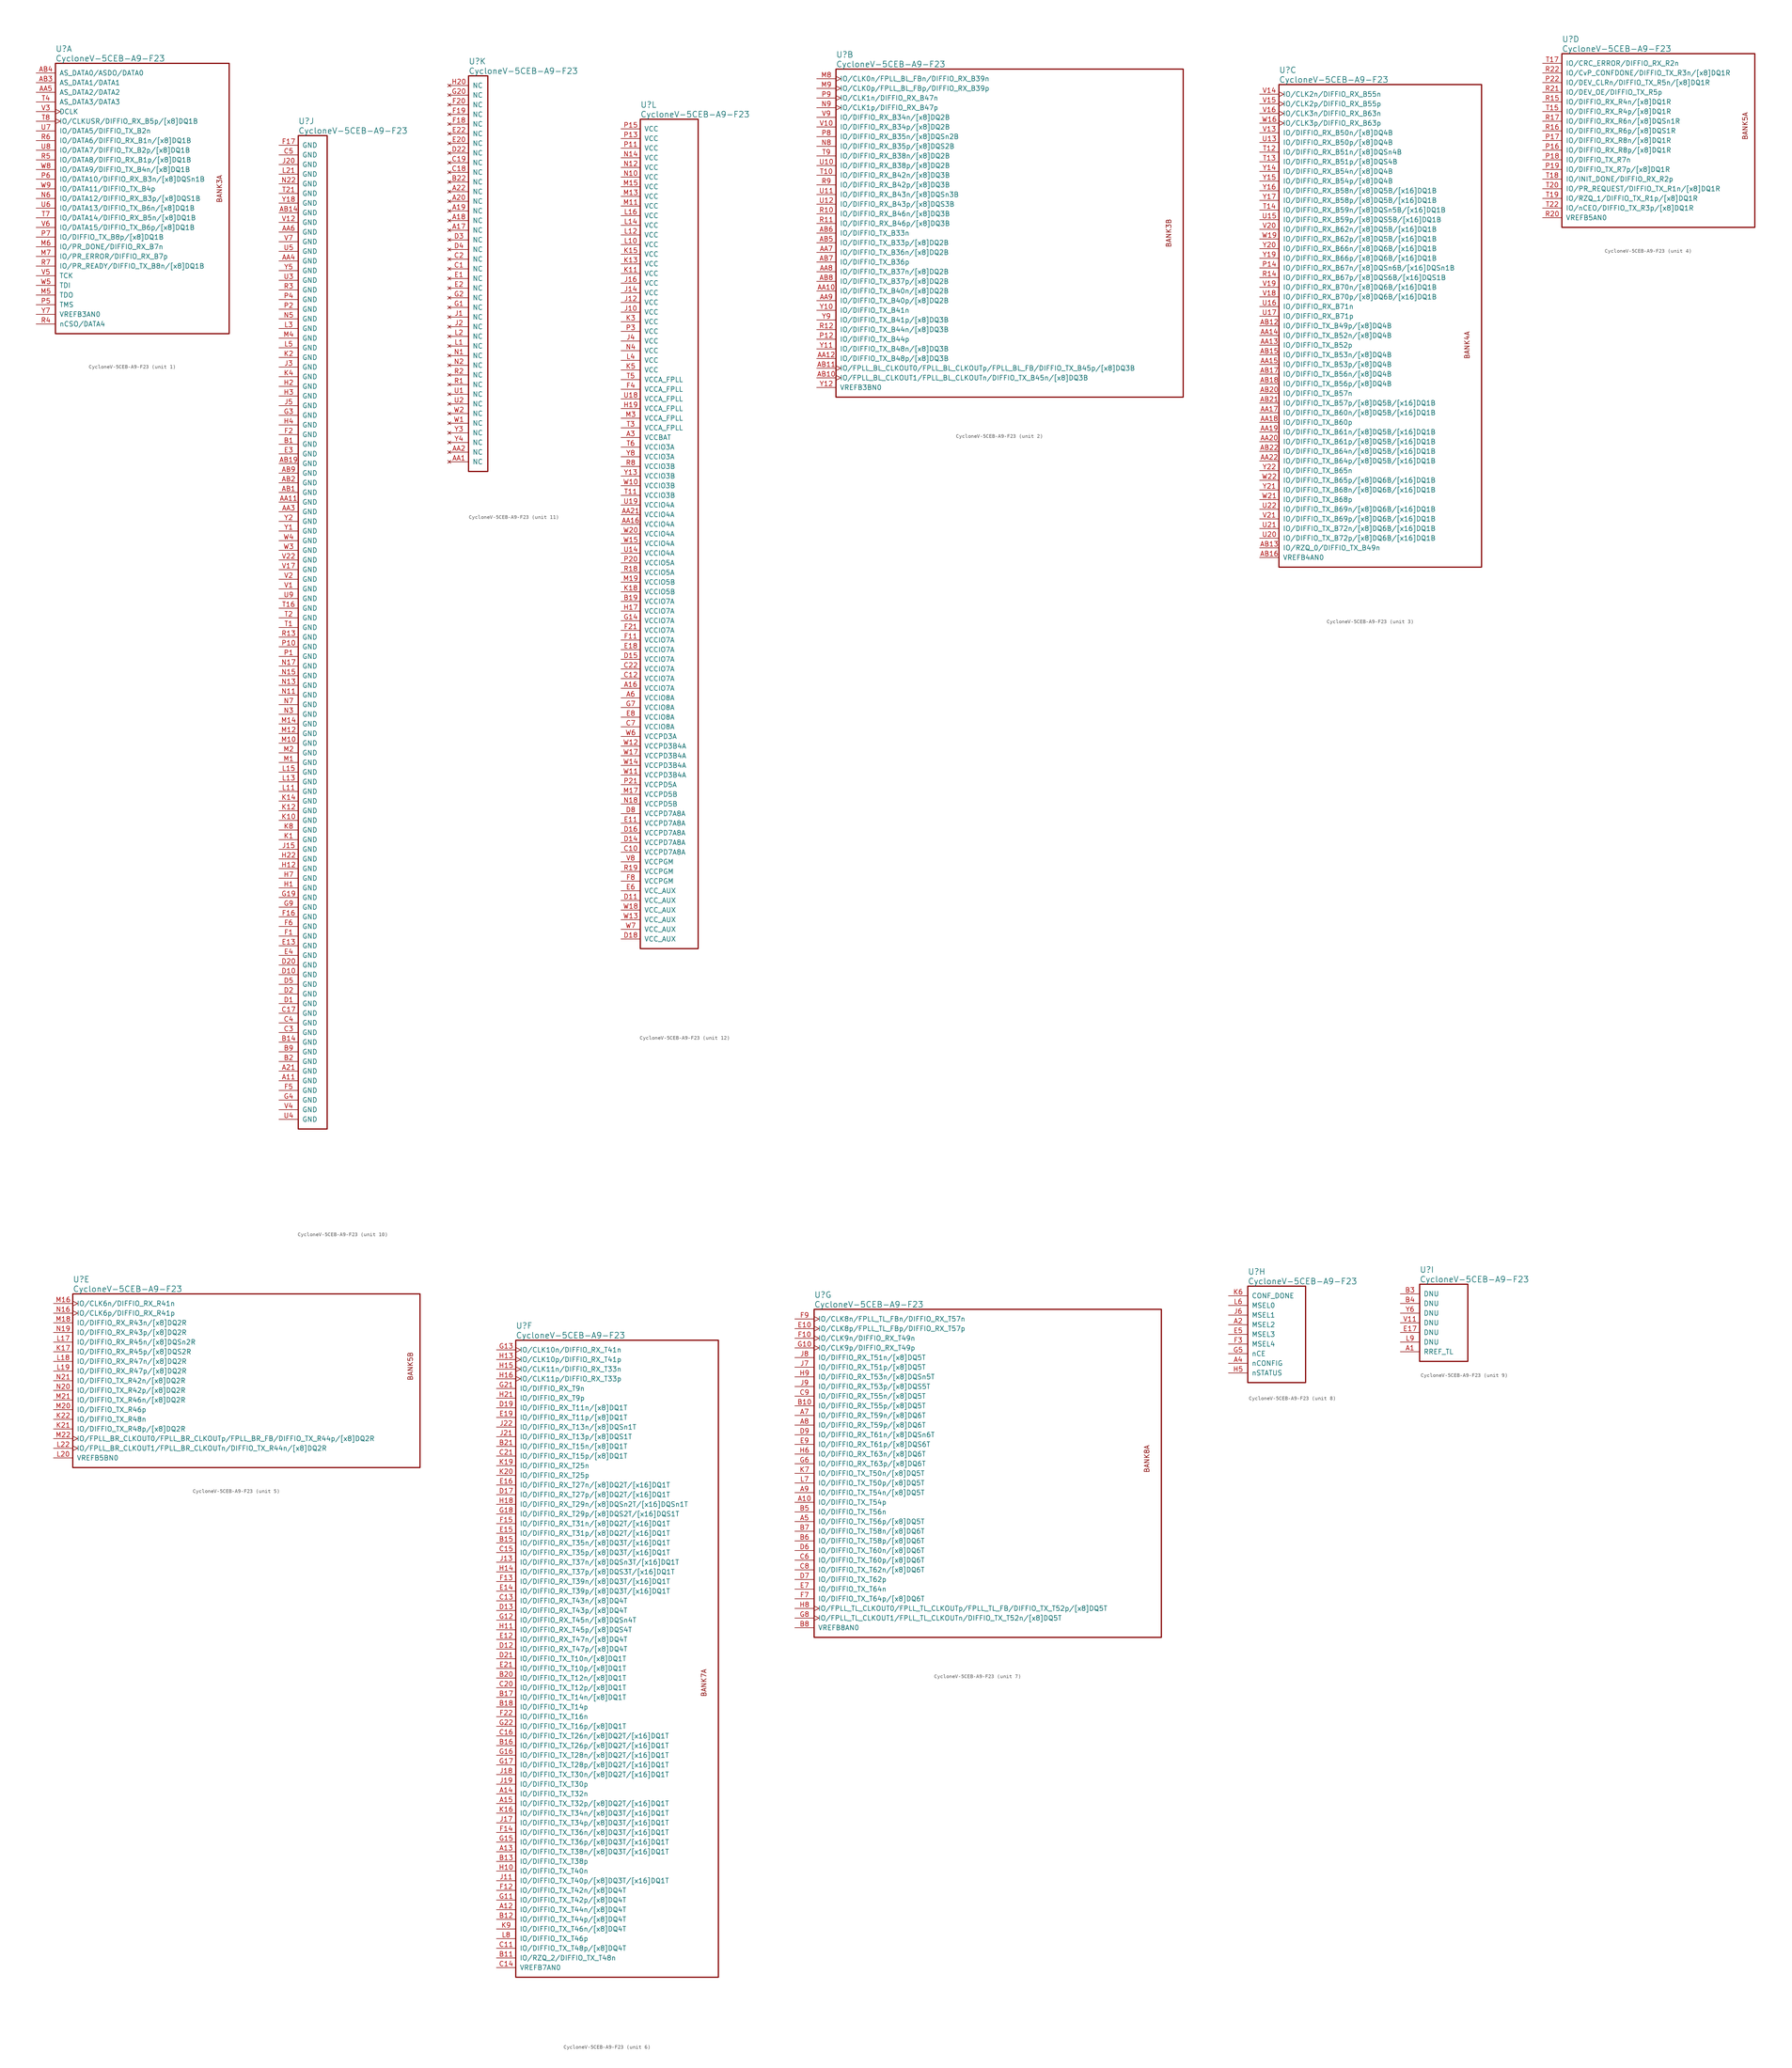
<source format=kicad_sym>
(kicad_symbol_lib
  (version 20220914)
  (generator kicad_symbol_editor)
  (symbol "CycloneV-5CEB-A9-F23"
    (pin_names
      (offset 1.016))
    (property "Reference" "U"
      (at 5.08 6.35 0)
      (effects (font (size 1.524 1.524)) (justify left)))
    (property "Value" "CycloneV-5CEB-A9-F23"
      (at 5.08 3.81 0)
      (effects (font (size 1.524 1.524)) (justify left)))
    (property "ki_locked" ""
      (at 0 0 0)
      (effects (font (size 1.27 1.27))))
    (symbol "CycloneV-5CEB-A9-F23_1_1"
      (rectangle (start 5.08 2.54) (end 50.8 -68.58) (stroke (width 0.305) (type default)) (fill (type none)))
      (text "BANK3A" (at 48.26 -30.48 900) (effects (font (size 1.27 1.27))))
      (pin input line (at 0 -5.08 0) (length 5.08) (name "AS_DATA2/DATA2" (effects (font (size 1.27 1.27)))) (number "AA5" (effects (font (size 1.27 1.27)))))
      (pin input line (at 0 -2.54 0) (length 5.08) (name "AS_DATA1/DATA1" (effects (font (size 1.27 1.27)))) (number "AB3" (effects (font (size 1.27 1.27)))))
      (pin input line (at 0 0 0) (length 5.08) (name "AS_DATA0/ASDO/DATA0" (effects (font (size 1.27 1.27)))) (number "AB4" (effects (font (size 1.27 1.27)))))
      (pin input line (at 0 -58.42 0) (length 5.08) (name "TDO" (effects (font (size 1.27 1.27)))) (number "M5" (effects (font (size 1.27 1.27)))))
      (pin input line (at 0 -45.72 0) (length 5.08) (name "IO/PR_DONE/DIFFIO_RX_B7n" (effects (font (size 1.27 1.27)))) (number "M6" (effects (font (size 1.27 1.27)))))
      (pin input line (at 0 -48.26 0) (length 5.08) (name "IO/PR_ERROR/DIFFIO_RX_B7p" (effects (font (size 1.27 1.27)))) (number "M7" (effects (font (size 1.27 1.27)))))
      (pin input line (at 0 -33.02 0) (length 5.08) (name "IO/DATA12/DIFFIO_RX_B3p/[x8]DQS1B" (effects (font (size 1.27 1.27)))) (number "N6" (effects (font (size 1.27 1.27)))))
      (pin input line (at 0 -60.96 0) (length 5.08) (name "TMS" (effects (font (size 1.27 1.27)))) (number "P5" (effects (font (size 1.27 1.27)))))
      (pin input line (at 0 -27.94 0) (length 5.08) (name "IO/DATA10/DIFFIO_RX_B3n/[x8]DQSn1B" (effects (font (size 1.27 1.27)))) (number "P6" (effects (font (size 1.27 1.27)))))
      (pin input line (at 0 -43.18 0) (length 5.08) (name "IO/DIFFIO_TX_B8p/[x8]DQ1B" (effects (font (size 1.27 1.27)))) (number "P7" (effects (font (size 1.27 1.27)))))
      (pin input line (at 0 -66.04 0) (length 5.08) (name "nCSO/DATA4" (effects (font (size 1.27 1.27)))) (number "R4" (effects (font (size 1.27 1.27)))))
      (pin input line (at 0 -22.86 0) (length 5.08) (name "IO/DATA8/DIFFIO_RX_B1p/[x8]DQ1B" (effects (font (size 1.27 1.27)))) (number "R5" (effects (font (size 1.27 1.27)))))
      (pin input line (at 0 -17.78 0) (length 5.08) (name "IO/DATA6/DIFFIO_RX_B1n/[x8]DQ1B" (effects (font (size 1.27 1.27)))) (number "R6" (effects (font (size 1.27 1.27)))))
      (pin input line (at 0 -50.8 0) (length 5.08) (name "IO/PR_READY/DIFFIO_TX_B8n/[x8]DQ1B" (effects (font (size 1.27 1.27)))) (number "R7" (effects (font (size 1.27 1.27)))))
      (pin input line (at 0 -7.62 0) (length 5.08) (name "AS_DATA3/DATA3" (effects (font (size 1.27 1.27)))) (number "T4" (effects (font (size 1.27 1.27)))))
      (pin input line (at 0 -38.1 0) (length 5.08) (name "IO/DATA14/DIFFIO_RX_B5n/[x8]DQ1B" (effects (font (size 1.27 1.27)))) (number "T7" (effects (font (size 1.27 1.27)))))
      (pin input clock (at 0 -12.7 0) (length 5.08) (name "IO/CLKUSR/DIFFIO_RX_B5p/[x8]DQ1B" (effects (font (size 1.27 1.27)))) (number "T8" (effects (font (size 1.27 1.27)))))
      (pin input line (at 0 -35.56 0) (length 5.08) (name "IO/DATA13/DIFFIO_TX_B6n/[x8]DQ1B" (effects (font (size 1.27 1.27)))) (number "U6" (effects (font (size 1.27 1.27)))))
      (pin input line (at 0 -15.24 0) (length 5.08) (name "IO/DATA5/DIFFIO_TX_B2n" (effects (font (size 1.27 1.27)))) (number "U7" (effects (font (size 1.27 1.27)))))
      (pin input line (at 0 -20.32 0) (length 5.08) (name "IO/DATA7/DIFFIO_TX_B2p/[x8]DQ1B" (effects (font (size 1.27 1.27)))) (number "U8" (effects (font (size 1.27 1.27)))))
      (pin input clock (at 0 -10.16 0) (length 5.08) (name "DCLK" (effects (font (size 1.27 1.27)))) (number "V3" (effects (font (size 1.27 1.27)))))
      (pin input line (at 0 -53.34 0) (length 5.08) (name "TCK" (effects (font (size 1.27 1.27)))) (number "V5" (effects (font (size 1.27 1.27)))))
      (pin input line (at 0 -40.64 0) (length 5.08) (name "IO/DATA15/DIFFIO_TX_B6p/[x8]DQ1B" (effects (font (size 1.27 1.27)))) (number "V6" (effects (font (size 1.27 1.27)))))
      (pin input line (at 0 -55.88 0) (length 5.08) (name "TDI" (effects (font (size 1.27 1.27)))) (number "W5" (effects (font (size 1.27 1.27)))))
      (pin input line (at 0 -25.4 0) (length 5.08) (name "IO/DATA9/DIFFIO_TX_B4n/[x8]DQ1B" (effects (font (size 1.27 1.27)))) (number "W8" (effects (font (size 1.27 1.27)))))
      (pin input line (at 0 -30.48 0) (length 5.08) (name "IO/DATA11/DIFFIO_TX_B4p" (effects (font (size 1.27 1.27)))) (number "W9" (effects (font (size 1.27 1.27)))))
      (pin input line (at 0 -63.5 0) (length 5.08) (name "VREFB3AN0" (effects (font (size 1.27 1.27)))) (number "Y7" (effects (font (size 1.27 1.27))))))
    (symbol "CycloneV-5CEB-A9-F23_2_1"
      (rectangle (start 5.08 2.54) (end 96.52 -83.82) (stroke (width 0.305) (type default)) (fill (type none)))
      (text "BANK3B" (at 92.71 -40.64 900) (effects (font (size 1.27 1.27))))
      (pin input line (at 0 -55.88 0) (length 5.08) (name "IO/DIFFIO_TX_B40n/[x8]DQ2B" (effects (font (size 1.27 1.27)))) (number "AA10" (effects (font (size 1.27 1.27)))))
      (pin input line (at 0 -73.66 0) (length 5.08) (name "IO/DIFFIO_TX_B48p/[x8]DQ3B" (effects (font (size 1.27 1.27)))) (number "AA12" (effects (font (size 1.27 1.27)))))
      (pin input line (at 0 -45.72 0) (length 5.08) (name "IO/DIFFIO_TX_B36n/[x8]DQ2B" (effects (font (size 1.27 1.27)))) (number "AA7" (effects (font (size 1.27 1.27)))))
      (pin input line (at 0 -50.8 0) (length 5.08) (name "IO/DIFFIO_TX_B37n/[x8]DQ2B" (effects (font (size 1.27 1.27)))) (number "AA8" (effects (font (size 1.27 1.27)))))
      (pin input line (at 0 -58.42 0) (length 5.08) (name "IO/DIFFIO_TX_B40p/[x8]DQ2B" (effects (font (size 1.27 1.27)))) (number "AA9" (effects (font (size 1.27 1.27)))))
      (pin input clock (at 0 -78.74 0) (length 5.08) (name "IO/FPLL_BL_CLKOUT1/FPLL_BL_CLKOUTn/DIFFIO_TX_B45n/[x8]DQ3B" (effects (font (size 1.27 1.27)))) (number "AB10" (effects (font (size 1.27 1.27)))))
      (pin input clock (at 0 -76.2 0) (length 5.08) (name "IO/FPLL_BL_CLKOUT0/FPLL_BL_CLKOUTp/FPLL_BL_FB/DIFFIO_TX_B45p/[x8]DQ3B" (effects (font (size 1.27 1.27)))) (number "AB11" (effects (font (size 1.27 1.27)))))
      (pin input line (at 0 -43.18 0) (length 5.08) (name "IO/DIFFIO_TX_B33p/[x8]DQ2B" (effects (font (size 1.27 1.27)))) (number "AB5" (effects (font (size 1.27 1.27)))))
      (pin input line (at 0 -40.64 0) (length 5.08) (name "IO/DIFFIO_TX_B33n" (effects (font (size 1.27 1.27)))) (number "AB6" (effects (font (size 1.27 1.27)))))
      (pin input line (at 0 -48.26 0) (length 5.08) (name "IO/DIFFIO_TX_B36p" (effects (font (size 1.27 1.27)))) (number "AB7" (effects (font (size 1.27 1.27)))))
      (pin input line (at 0 -53.34 0) (length 5.08) (name "IO/DIFFIO_TX_B37p/[x8]DQ2B" (effects (font (size 1.27 1.27)))) (number "AB8" (effects (font (size 1.27 1.27)))))
      (pin input clock (at 0 0 0) (length 5.08) (name "IO/CLK0n/FPLL_BL_FBn/DIFFIO_RX_B39n" (effects (font (size 1.27 1.27)))) (number "M8" (effects (font (size 1.27 1.27)))))
      (pin input clock (at 0 -2.54 0) (length 5.08) (name "IO/CLK0p/FPLL_BL_FBp/DIFFIO_RX_B39p" (effects (font (size 1.27 1.27)))) (number "M9" (effects (font (size 1.27 1.27)))))
      (pin input line (at 0 -17.78 0) (length 5.08) (name "IO/DIFFIO_RX_B35p/[x8]DQS2B" (effects (font (size 1.27 1.27)))) (number "N8" (effects (font (size 1.27 1.27)))))
      (pin input clock (at 0 -7.62 0) (length 5.08) (name "IO/CLK1p/DIFFIO_RX_B47p" (effects (font (size 1.27 1.27)))) (number "N9" (effects (font (size 1.27 1.27)))))
      (pin input line (at 0 -68.58 0) (length 5.08) (name "IO/DIFFIO_TX_B44p" (effects (font (size 1.27 1.27)))) (number "P12" (effects (font (size 1.27 1.27)))))
      (pin input line (at 0 -15.24 0) (length 5.08) (name "IO/DIFFIO_RX_B35n/[x8]DQSn2B" (effects (font (size 1.27 1.27)))) (number "P8" (effects (font (size 1.27 1.27)))))
      (pin input clock (at 0 -5.08 0) (length 5.08) (name "IO/CLK1n/DIFFIO_RX_B47n" (effects (font (size 1.27 1.27)))) (number "P9" (effects (font (size 1.27 1.27)))))
      (pin input line (at 0 -35.56 0) (length 5.08) (name "IO/DIFFIO_RX_B46n/[x8]DQ3B" (effects (font (size 1.27 1.27)))) (number "R10" (effects (font (size 1.27 1.27)))))
      (pin input line (at 0 -38.1 0) (length 5.08) (name "IO/DIFFIO_RX_B46p/[x8]DQ3B" (effects (font (size 1.27 1.27)))) (number "R11" (effects (font (size 1.27 1.27)))))
      (pin input line (at 0 -66.04 0) (length 5.08) (name "IO/DIFFIO_TX_B44n/[x8]DQ3B" (effects (font (size 1.27 1.27)))) (number "R12" (effects (font (size 1.27 1.27)))))
      (pin input line (at 0 -27.94 0) (length 5.08) (name "IO/DIFFIO_RX_B42p/[x8]DQ3B" (effects (font (size 1.27 1.27)))) (number "R9" (effects (font (size 1.27 1.27)))))
      (pin input line (at 0 -25.4 0) (length 5.08) (name "IO/DIFFIO_RX_B42n/[x8]DQ3B" (effects (font (size 1.27 1.27)))) (number "T10" (effects (font (size 1.27 1.27)))))
      (pin input line (at 0 -20.32 0) (length 5.08) (name "IO/DIFFIO_RX_B38n/[x8]DQ2B" (effects (font (size 1.27 1.27)))) (number "T9" (effects (font (size 1.27 1.27)))))
      (pin input line (at 0 -22.86 0) (length 5.08) (name "IO/DIFFIO_RX_B38p/[x8]DQ2B" (effects (font (size 1.27 1.27)))) (number "U10" (effects (font (size 1.27 1.27)))))
      (pin input line (at 0 -30.48 0) (length 5.08) (name "IO/DIFFIO_RX_B43n/[x8]DQSn3B" (effects (font (size 1.27 1.27)))) (number "U11" (effects (font (size 1.27 1.27)))))
      (pin input line (at 0 -33.02 0) (length 5.08) (name "IO/DIFFIO_RX_B43p/[x8]DQS3B" (effects (font (size 1.27 1.27)))) (number "U12" (effects (font (size 1.27 1.27)))))
      (pin input line (at 0 -12.7 0) (length 5.08) (name "IO/DIFFIO_RX_B34p/[x8]DQ2B" (effects (font (size 1.27 1.27)))) (number "V10" (effects (font (size 1.27 1.27)))))
      (pin input line (at 0 -10.16 0) (length 5.08) (name "IO/DIFFIO_RX_B34n/[x8]DQ2B" (effects (font (size 1.27 1.27)))) (number "V9" (effects (font (size 1.27 1.27)))))
      (pin input line (at 0 -60.96 0) (length 5.08) (name "IO/DIFFIO_TX_B41n" (effects (font (size 1.27 1.27)))) (number "Y10" (effects (font (size 1.27 1.27)))))
      (pin input line (at 0 -71.12 0) (length 5.08) (name "IO/DIFFIO_TX_B48n/[x8]DQ3B" (effects (font (size 1.27 1.27)))) (number "Y11" (effects (font (size 1.27 1.27)))))
      (pin input line (at 0 -81.28 0) (length 5.08) (name "VREFB3BN0" (effects (font (size 1.27 1.27)))) (number "Y12" (effects (font (size 1.27 1.27)))))
      (pin input line (at 0 -63.5 0) (length 5.08) (name "IO/DIFFIO_TX_B41p/[x8]DQ3B" (effects (font (size 1.27 1.27)))) (number "Y9" (effects (font (size 1.27 1.27))))))
    (symbol "CycloneV-5CEB-A9-F23_3_1"
      (rectangle (start 5.08 2.54) (end 58.42 -124.46) (stroke (width 0.305) (type default)) (fill (type none)))
      (text "BANK4A" (at 54.61 -66.04 900) (effects (font (size 1.27 1.27))))
      (pin input line (at 0 -66.04 0) (length 5.08) (name "IO/DIFFIO_TX_B52p" (effects (font (size 1.27 1.27)))) (number "AA13" (effects (font (size 1.27 1.27)))))
      (pin input line (at 0 -63.5 0) (length 5.08) (name "IO/DIFFIO_TX_B52n/[x8]DQ4B" (effects (font (size 1.27 1.27)))) (number "AA14" (effects (font (size 1.27 1.27)))))
      (pin input line (at 0 -71.12 0) (length 5.08) (name "IO/DIFFIO_TX_B53p/[x8]DQ4B" (effects (font (size 1.27 1.27)))) (number "AA15" (effects (font (size 1.27 1.27)))))
      (pin input line (at 0 -83.82 0) (length 5.08) (name "IO/DIFFIO_TX_B60n/[x8]DQ5B/[x16]DQ1B" (effects (font (size 1.27 1.27)))) (number "AA17" (effects (font (size 1.27 1.27)))))
      (pin input line (at 0 -86.36 0) (length 5.08) (name "IO/DIFFIO_TX_B60p" (effects (font (size 1.27 1.27)))) (number "AA18" (effects (font (size 1.27 1.27)))))
      (pin input line (at 0 -88.9 0) (length 5.08) (name "IO/DIFFIO_TX_B61n/[x8]DQ5B/[x16]DQ1B" (effects (font (size 1.27 1.27)))) (number "AA19" (effects (font (size 1.27 1.27)))))
      (pin input line (at 0 -91.44 0) (length 5.08) (name "IO/DIFFIO_TX_B61p/[x8]DQ5B/[x16]DQ1B" (effects (font (size 1.27 1.27)))) (number "AA20" (effects (font (size 1.27 1.27)))))
      (pin input line (at 0 -96.52 0) (length 5.08) (name "IO/DIFFIO_TX_B64p/[x8]DQ5B/[x16]DQ1B" (effects (font (size 1.27 1.27)))) (number "AA22" (effects (font (size 1.27 1.27)))))
      (pin input line (at 0 -60.96 0) (length 5.08) (name "IO/DIFFIO_TX_B49p/[x8]DQ4B" (effects (font (size 1.27 1.27)))) (number "AB12" (effects (font (size 1.27 1.27)))))
      (pin input line (at 0 -119.38 0) (length 5.08) (name "IO/RZQ_0/DIFFIO_TX_B49n" (effects (font (size 1.27 1.27)))) (number "AB13" (effects (font (size 1.27 1.27)))))
      (pin input line (at 0 -68.58 0) (length 5.08) (name "IO/DIFFIO_TX_B53n/[x8]DQ4B" (effects (font (size 1.27 1.27)))) (number "AB15" (effects (font (size 1.27 1.27)))))
      (pin input line (at 0 -121.92 0) (length 5.08) (name "VREFB4AN0" (effects (font (size 1.27 1.27)))) (number "AB16" (effects (font (size 1.27 1.27)))))
      (pin input line (at 0 -73.66 0) (length 5.08) (name "IO/DIFFIO_TX_B56n/[x8]DQ4B" (effects (font (size 1.27 1.27)))) (number "AB17" (effects (font (size 1.27 1.27)))))
      (pin input line (at 0 -76.2 0) (length 5.08) (name "IO/DIFFIO_TX_B56p/[x8]DQ4B" (effects (font (size 1.27 1.27)))) (number "AB18" (effects (font (size 1.27 1.27)))))
      (pin input line (at 0 -78.74 0) (length 5.08) (name "IO/DIFFIO_TX_B57n" (effects (font (size 1.27 1.27)))) (number "AB20" (effects (font (size 1.27 1.27)))))
      (pin input line (at 0 -81.28 0) (length 5.08) (name "IO/DIFFIO_TX_B57p/[x8]DQ5B/[x16]DQ1B" (effects (font (size 1.27 1.27)))) (number "AB21" (effects (font (size 1.27 1.27)))))
      (pin input line (at 0 -93.98 0) (length 5.08) (name "IO/DIFFIO_TX_B64n/[x8]DQ5B/[x16]DQ1B" (effects (font (size 1.27 1.27)))) (number "AB22" (effects (font (size 1.27 1.27)))))
      (pin input line (at 0 -45.72 0) (length 5.08) (name "IO/DIFFIO_RX_B67n/[x8]DQSn6B/[x16]DQSn1B" (effects (font (size 1.27 1.27)))) (number "P14" (effects (font (size 1.27 1.27)))))
      (pin input line (at 0 -48.26 0) (length 5.08) (name "IO/DIFFIO_RX_B67p/[x8]DQS6B/[x16]DQS1B" (effects (font (size 1.27 1.27)))) (number "R14" (effects (font (size 1.27 1.27)))))
      (pin input line (at 0 -15.24 0) (length 5.08) (name "IO/DIFFIO_RX_B51n/[x8]DQSn4B" (effects (font (size 1.27 1.27)))) (number "T12" (effects (font (size 1.27 1.27)))))
      (pin input line (at 0 -17.78 0) (length 5.08) (name "IO/DIFFIO_RX_B51p/[x8]DQS4B" (effects (font (size 1.27 1.27)))) (number "T13" (effects (font (size 1.27 1.27)))))
      (pin input line (at 0 -30.48 0) (length 5.08) (name "IO/DIFFIO_RX_B59n/[x8]DQSn5B/[x16]DQ1B" (effects (font (size 1.27 1.27)))) (number "T14" (effects (font (size 1.27 1.27)))))
      (pin input line (at 0 -12.7 0) (length 5.08) (name "IO/DIFFIO_RX_B50p/[x8]DQ4B" (effects (font (size 1.27 1.27)))) (number "U13" (effects (font (size 1.27 1.27)))))
      (pin input line (at 0 -33.02 0) (length 5.08) (name "IO/DIFFIO_RX_B59p/[x8]DQS5B/[x16]DQ1B" (effects (font (size 1.27 1.27)))) (number "U15" (effects (font (size 1.27 1.27)))))
      (pin input line (at 0 -55.88 0) (length 5.08) (name "IO/DIFFIO_RX_B71n" (effects (font (size 1.27 1.27)))) (number "U16" (effects (font (size 1.27 1.27)))))
      (pin input line (at 0 -58.42 0) (length 5.08) (name "IO/DIFFIO_RX_B71p" (effects (font (size 1.27 1.27)))) (number "U17" (effects (font (size 1.27 1.27)))))
      (pin input line (at 0 -116.84 0) (length 5.08) (name "IO/DIFFIO_TX_B72p/[x8]DQ6B/[x16]DQ1B" (effects (font (size 1.27 1.27)))) (number "U20" (effects (font (size 1.27 1.27)))))
      (pin input line (at 0 -114.3 0) (length 5.08) (name "IO/DIFFIO_TX_B72n/[x8]DQ6B/[x16]DQ1B" (effects (font (size 1.27 1.27)))) (number "U21" (effects (font (size 1.27 1.27)))))
      (pin input line (at 0 -109.22 0) (length 5.08) (name "IO/DIFFIO_TX_B69n/[x8]DQ6B/[x16]DQ1B" (effects (font (size 1.27 1.27)))) (number "U22" (effects (font (size 1.27 1.27)))))
      (pin input line (at 0 -10.16 0) (length 5.08) (name "IO/DIFFIO_RX_B50n/[x8]DQ4B" (effects (font (size 1.27 1.27)))) (number "V13" (effects (font (size 1.27 1.27)))))
      (pin input clock (at 0 0 0) (length 5.08) (name "IO/CLK2n/DIFFIO_RX_B55n" (effects (font (size 1.27 1.27)))) (number "V14" (effects (font (size 1.27 1.27)))))
      (pin input clock (at 0 -2.54 0) (length 5.08) (name "IO/CLK2p/DIFFIO_RX_B55p" (effects (font (size 1.27 1.27)))) (number "V15" (effects (font (size 1.27 1.27)))))
      (pin input clock (at 0 -5.08 0) (length 5.08) (name "IO/CLK3n/DIFFIO_RX_B63n" (effects (font (size 1.27 1.27)))) (number "V16" (effects (font (size 1.27 1.27)))))
      (pin input line (at 0 -53.34 0) (length 5.08) (name "IO/DIFFIO_RX_B70p/[x8]DQ6B/[x16]DQ1B" (effects (font (size 1.27 1.27)))) (number "V18" (effects (font (size 1.27 1.27)))))
      (pin input line (at 0 -50.8 0) (length 5.08) (name "IO/DIFFIO_RX_B70n/[x8]DQ6B/[x16]DQ1B" (effects (font (size 1.27 1.27)))) (number "V19" (effects (font (size 1.27 1.27)))))
      (pin input line (at 0 -35.56 0) (length 5.08) (name "IO/DIFFIO_RX_B62n/[x8]DQ5B/[x16]DQ1B" (effects (font (size 1.27 1.27)))) (number "V20" (effects (font (size 1.27 1.27)))))
      (pin input line (at 0 -111.76 0) (length 5.08) (name "IO/DIFFIO_TX_B69p/[x8]DQ6B/[x16]DQ1B" (effects (font (size 1.27 1.27)))) (number "V21" (effects (font (size 1.27 1.27)))))
      (pin input clock (at 0 -7.62 0) (length 5.08) (name "IO/CLK3p/DIFFIO_RX_B63p" (effects (font (size 1.27 1.27)))) (number "W16" (effects (font (size 1.27 1.27)))))
      (pin input line (at 0 -38.1 0) (length 5.08) (name "IO/DIFFIO_RX_B62p/[x8]DQ5B/[x16]DQ1B" (effects (font (size 1.27 1.27)))) (number "W19" (effects (font (size 1.27 1.27)))))
      (pin input line (at 0 -106.68 0) (length 5.08) (name "IO/DIFFIO_TX_B68p" (effects (font (size 1.27 1.27)))) (number "W21" (effects (font (size 1.27 1.27)))))
      (pin input line (at 0 -101.6 0) (length 5.08) (name "IO/DIFFIO_TX_B65p/[x8]DQ6B/[x16]DQ1B" (effects (font (size 1.27 1.27)))) (number "W22" (effects (font (size 1.27 1.27)))))
      (pin input line (at 0 -20.32 0) (length 5.08) (name "IO/DIFFIO_RX_B54n/[x8]DQ4B" (effects (font (size 1.27 1.27)))) (number "Y14" (effects (font (size 1.27 1.27)))))
      (pin input line (at 0 -22.86 0) (length 5.08) (name "IO/DIFFIO_RX_B54p/[x8]DQ4B" (effects (font (size 1.27 1.27)))) (number "Y15" (effects (font (size 1.27 1.27)))))
      (pin input line (at 0 -25.4 0) (length 5.08) (name "IO/DIFFIO_RX_B58n/[x8]DQ5B/[x16]DQ1B" (effects (font (size 1.27 1.27)))) (number "Y16" (effects (font (size 1.27 1.27)))))
      (pin input line (at 0 -27.94 0) (length 5.08) (name "IO/DIFFIO_RX_B58p/[x8]DQ5B/[x16]DQ1B" (effects (font (size 1.27 1.27)))) (number "Y17" (effects (font (size 1.27 1.27)))))
      (pin input line (at 0 -43.18 0) (length 5.08) (name "IO/DIFFIO_RX_B66p/[x8]DQ6B/[x16]DQ1B" (effects (font (size 1.27 1.27)))) (number "Y19" (effects (font (size 1.27 1.27)))))
      (pin input line (at 0 -40.64 0) (length 5.08) (name "IO/DIFFIO_RX_B66n/[x8]DQ6B/[x16]DQ1B" (effects (font (size 1.27 1.27)))) (number "Y20" (effects (font (size 1.27 1.27)))))
      (pin input line (at 0 -104.14 0) (length 5.08) (name "IO/DIFFIO_TX_B68n/[x8]DQ6B/[x16]DQ1B" (effects (font (size 1.27 1.27)))) (number "Y21" (effects (font (size 1.27 1.27)))))
      (pin input line (at 0 -99.06 0) (length 5.08) (name "IO/DIFFIO_TX_B65n" (effects (font (size 1.27 1.27)))) (number "Y22" (effects (font (size 1.27 1.27))))))
    (symbol "CycloneV-5CEB-A9-F23_4_1"
      (rectangle (start 5.08 2.54) (end 55.88 -43.18) (stroke (width 0.305) (type default)) (fill (type none)))
      (text "BANK5A" (at 53.34 -16.51 900) (effects (font (size 1.27 1.27))))
      (pin input line (at 0 -22.86 0) (length 5.08) (name "IO/DIFFIO_RX_R8p/[x8]DQ1R" (effects (font (size 1.27 1.27)))) (number "P16" (effects (font (size 1.27 1.27)))))
      (pin input line (at 0 -20.32 0) (length 5.08) (name "IO/DIFFIO_RX_R8n/[x8]DQ1R" (effects (font (size 1.27 1.27)))) (number "P17" (effects (font (size 1.27 1.27)))))
      (pin input line (at 0 -25.4 0) (length 5.08) (name "IO/DIFFIO_TX_R7n" (effects (font (size 1.27 1.27)))) (number "P18" (effects (font (size 1.27 1.27)))))
      (pin input line (at 0 -27.94 0) (length 5.08) (name "IO/DIFFIO_TX_R7p/[x8]DQ1R" (effects (font (size 1.27 1.27)))) (number "P19" (effects (font (size 1.27 1.27)))))
      (pin input line (at 0 -5.08 0) (length 5.08) (name "IO/DEV_CLRn/DIFFIO_TX_R5n/[x8]DQ1R" (effects (font (size 1.27 1.27)))) (number "P22" (effects (font (size 1.27 1.27)))))
      (pin input line (at 0 -10.16 0) (length 5.08) (name "IO/DIFFIO_RX_R4n/[x8]DQ1R" (effects (font (size 1.27 1.27)))) (number "R15" (effects (font (size 1.27 1.27)))))
      (pin input line (at 0 -17.78 0) (length 5.08) (name "IO/DIFFIO_RX_R6p/[x8]DQS1R" (effects (font (size 1.27 1.27)))) (number "R16" (effects (font (size 1.27 1.27)))))
      (pin input line (at 0 -15.24 0) (length 5.08) (name "IO/DIFFIO_RX_R6n/[x8]DQSn1R" (effects (font (size 1.27 1.27)))) (number "R17" (effects (font (size 1.27 1.27)))))
      (pin input line (at 0 -40.64 0) (length 5.08) (name "VREFB5AN0" (effects (font (size 1.27 1.27)))) (number "R20" (effects (font (size 1.27 1.27)))))
      (pin input line (at 0 -7.62 0) (length 5.08) (name "IO/DEV_OE/DIFFIO_TX_R5p" (effects (font (size 1.27 1.27)))) (number "R21" (effects (font (size 1.27 1.27)))))
      (pin input line (at 0 -2.54 0) (length 5.08) (name "IO/CvP_CONFDONE/DIFFIO_TX_R3n/[x8]DQ1R" (effects (font (size 1.27 1.27)))) (number "R22" (effects (font (size 1.27 1.27)))))
      (pin input line (at 0 -12.7 0) (length 5.08) (name "IO/DIFFIO_RX_R4p/[x8]DQ1R" (effects (font (size 1.27 1.27)))) (number "T15" (effects (font (size 1.27 1.27)))))
      (pin input line (at 0 0 0) (length 5.08) (name "IO/CRC_ERROR/DIFFIO_RX_R2n" (effects (font (size 1.27 1.27)))) (number "T17" (effects (font (size 1.27 1.27)))))
      (pin input line (at 0 -30.48 0) (length 5.08) (name "IO/INIT_DONE/DIFFIO_RX_R2p" (effects (font (size 1.27 1.27)))) (number "T18" (effects (font (size 1.27 1.27)))))
      (pin input line (at 0 -35.56 0) (length 5.08) (name "IO/RZQ_1/DIFFIO_TX_R1p/[x8]DQ1R" (effects (font (size 1.27 1.27)))) (number "T19" (effects (font (size 1.27 1.27)))))
      (pin input line (at 0 -33.02 0) (length 5.08) (name "IO/PR_REQUEST/DIFFIO_TX_R1n/[x8]DQ1R" (effects (font (size 1.27 1.27)))) (number "T20" (effects (font (size 1.27 1.27)))))
      (pin input line (at 0 -38.1 0) (length 5.08) (name "IO/nCEO/DIFFIO_TX_R3p/[x8]DQ1R" (effects (font (size 1.27 1.27)))) (number "T22" (effects (font (size 1.27 1.27))))))
    (symbol "CycloneV-5CEB-A9-F23_5_1"
      (rectangle (start 5.08 2.54) (end 96.52 -43.18) (stroke (width 0.305) (type default)) (fill (type none)))
      (text "BANK5B" (at 93.98 -16.51 900) (effects (font (size 1.27 1.27))))
      (pin input line (at 0 -12.7 0) (length 5.08) (name "IO/DIFFIO_RX_R45p/[x8]DQS2R" (effects (font (size 1.27 1.27)))) (number "K17" (effects (font (size 1.27 1.27)))))
      (pin input line (at 0 -33.02 0) (length 5.08) (name "IO/DIFFIO_TX_R48p/[x8]DQ2R" (effects (font (size 1.27 1.27)))) (number "K21" (effects (font (size 1.27 1.27)))))
      (pin input line (at 0 -30.48 0) (length 5.08) (name "IO/DIFFIO_TX_R48n" (effects (font (size 1.27 1.27)))) (number "K22" (effects (font (size 1.27 1.27)))))
      (pin input line (at 0 -10.16 0) (length 5.08) (name "IO/DIFFIO_RX_R45n/[x8]DQSn2R" (effects (font (size 1.27 1.27)))) (number "L17" (effects (font (size 1.27 1.27)))))
      (pin input line (at 0 -15.24 0) (length 5.08) (name "IO/DIFFIO_RX_R47n/[x8]DQ2R" (effects (font (size 1.27 1.27)))) (number "L18" (effects (font (size 1.27 1.27)))))
      (pin input line (at 0 -17.78 0) (length 5.08) (name "IO/DIFFIO_RX_R47p/[x8]DQ2R" (effects (font (size 1.27 1.27)))) (number "L19" (effects (font (size 1.27 1.27)))))
      (pin input line (at 0 -40.64 0) (length 5.08) (name "VREFB5BN0" (effects (font (size 1.27 1.27)))) (number "L20" (effects (font (size 1.27 1.27)))))
      (pin input clock (at 0 -38.1 0) (length 5.08) (name "IO/FPLL_BR_CLKOUT1/FPLL_BR_CLKOUTn/DIFFIO_TX_R44n/[x8]DQ2R" (effects (font (size 1.27 1.27)))) (number "L22" (effects (font (size 1.27 1.27)))))
      (pin input clock (at 0 0 0) (length 5.08) (name "IO/CLK6n/DIFFIO_RX_R41n" (effects (font (size 1.27 1.27)))) (number "M16" (effects (font (size 1.27 1.27)))))
      (pin input line (at 0 -5.08 0) (length 5.08) (name "IO/DIFFIO_RX_R43n/[x8]DQ2R" (effects (font (size 1.27 1.27)))) (number "M18" (effects (font (size 1.27 1.27)))))
      (pin input line (at 0 -27.94 0) (length 5.08) (name "IO/DIFFIO_TX_R46p" (effects (font (size 1.27 1.27)))) (number "M20" (effects (font (size 1.27 1.27)))))
      (pin input line (at 0 -25.4 0) (length 5.08) (name "IO/DIFFIO_TX_R46n/[x8]DQ2R" (effects (font (size 1.27 1.27)))) (number "M21" (effects (font (size 1.27 1.27)))))
      (pin input clock (at 0 -35.56 0) (length 5.08) (name "IO/FPLL_BR_CLKOUT0/FPLL_BR_CLKOUTp/FPLL_BR_FB/DIFFIO_TX_R44p/[x8]DQ2R" (effects (font (size 1.27 1.27)))) (number "M22" (effects (font (size 1.27 1.27)))))
      (pin input clock (at 0 -2.54 0) (length 5.08) (name "IO/CLK6p/DIFFIO_RX_R41p" (effects (font (size 1.27 1.27)))) (number "N16" (effects (font (size 1.27 1.27)))))
      (pin input line (at 0 -7.62 0) (length 5.08) (name "IO/DIFFIO_RX_R43p/[x8]DQ2R" (effects (font (size 1.27 1.27)))) (number "N19" (effects (font (size 1.27 1.27)))))
      (pin input line (at 0 -22.86 0) (length 5.08) (name "IO/DIFFIO_TX_R42p/[x8]DQ2R" (effects (font (size 1.27 1.27)))) (number "N20" (effects (font (size 1.27 1.27)))))
      (pin input line (at 0 -20.32 0) (length 5.08) (name "IO/DIFFIO_TX_R42n/[x8]DQ2R" (effects (font (size 1.27 1.27)))) (number "N21" (effects (font (size 1.27 1.27))))))
    (symbol "CycloneV-5CEB-A9-F23_6_1"
      (rectangle (start 5.08 2.54) (end 58.42 -165.1) (stroke (width 0.305) (type default)) (fill (type none)))
      (text "BANK7A" (at 54.61 -87.63 900) (effects (font (size 1.27 1.27))))
      (pin input line (at 0 -147.32 0) (length 5.08) (name "IO/DIFFIO_TX_T44n/[x8]DQ4T" (effects (font (size 1.27 1.27)))) (number "A12" (effects (font (size 1.27 1.27)))))
      (pin input line (at 0 -132.08 0) (length 5.08) (name "IO/DIFFIO_TX_T38n/[x8]DQ3T/[x16]DQ1T" (effects (font (size 1.27 1.27)))) (number "A13" (effects (font (size 1.27 1.27)))))
      (pin input line (at 0 -116.84 0) (length 5.08) (name "IO/DIFFIO_TX_T32n" (effects (font (size 1.27 1.27)))) (number "A14" (effects (font (size 1.27 1.27)))))
      (pin input line (at 0 -119.38 0) (length 5.08) (name "IO/DIFFIO_TX_T32p/[x8]DQ2T/[x16]DQ1T" (effects (font (size 1.27 1.27)))) (number "A15" (effects (font (size 1.27 1.27)))))
      (pin input line (at 0 -160.02 0) (length 5.08) (name "IO/RZQ_2/DIFFIO_TX_T48n" (effects (font (size 1.27 1.27)))) (number "B11" (effects (font (size 1.27 1.27)))))
      (pin input line (at 0 -149.86 0) (length 5.08) (name "IO/DIFFIO_TX_T44p/[x8]DQ4T" (effects (font (size 1.27 1.27)))) (number "B12" (effects (font (size 1.27 1.27)))))
      (pin input line (at 0 -134.62 0) (length 5.08) (name "IO/DIFFIO_TX_T38p" (effects (font (size 1.27 1.27)))) (number "B13" (effects (font (size 1.27 1.27)))))
      (pin input line (at 0 -50.8 0) (length 5.08) (name "IO/DIFFIO_RX_T35n/[x8]DQ3T/[x16]DQ1T" (effects (font (size 1.27 1.27)))) (number "B15" (effects (font (size 1.27 1.27)))))
      (pin input line (at 0 -104.14 0) (length 5.08) (name "IO/DIFFIO_TX_T26p/[x8]DQ2T/[x16]DQ1T" (effects (font (size 1.27 1.27)))) (number "B16" (effects (font (size 1.27 1.27)))))
      (pin input line (at 0 -91.44 0) (length 5.08) (name "IO/DIFFIO_TX_T14n/[x8]DQ1T" (effects (font (size 1.27 1.27)))) (number "B17" (effects (font (size 1.27 1.27)))))
      (pin input line (at 0 -93.98 0) (length 5.08) (name "IO/DIFFIO_TX_T14p" (effects (font (size 1.27 1.27)))) (number "B18" (effects (font (size 1.27 1.27)))))
      (pin input line (at 0 -86.36 0) (length 5.08) (name "IO/DIFFIO_TX_T12n/[x8]DQ1T" (effects (font (size 1.27 1.27)))) (number "B20" (effects (font (size 1.27 1.27)))))
      (pin input line (at 0 -25.4 0) (length 5.08) (name "IO/DIFFIO_RX_T15n/[x8]DQ1T" (effects (font (size 1.27 1.27)))) (number "B21" (effects (font (size 1.27 1.27)))))
      (pin input line (at 0 -157.48 0) (length 5.08) (name "IO/DIFFIO_TX_T48p/[x8]DQ4T" (effects (font (size 1.27 1.27)))) (number "C11" (effects (font (size 1.27 1.27)))))
      (pin input line (at 0 -66.04 0) (length 5.08) (name "IO/DIFFIO_RX_T43n/[x8]DQ4T" (effects (font (size 1.27 1.27)))) (number "C13" (effects (font (size 1.27 1.27)))))
      (pin input line (at 0 -162.56 0) (length 5.08) (name "VREFB7AN0" (effects (font (size 1.27 1.27)))) (number "C14" (effects (font (size 1.27 1.27)))))
      (pin input line (at 0 -53.34 0) (length 5.08) (name "IO/DIFFIO_RX_T35p/[x8]DQ3T/[x16]DQ1T" (effects (font (size 1.27 1.27)))) (number "C15" (effects (font (size 1.27 1.27)))))
      (pin input line (at 0 -101.6 0) (length 5.08) (name "IO/DIFFIO_TX_T26n/[x8]DQ2T/[x16]DQ1T" (effects (font (size 1.27 1.27)))) (number "C16" (effects (font (size 1.27 1.27)))))
      (pin input line (at 0 -88.9 0) (length 5.08) (name "IO/DIFFIO_TX_T12p/[x8]DQ1T" (effects (font (size 1.27 1.27)))) (number "C20" (effects (font (size 1.27 1.27)))))
      (pin input line (at 0 -27.94 0) (length 5.08) (name "IO/DIFFIO_RX_T15p/[x8]DQ1T" (effects (font (size 1.27 1.27)))) (number "C21" (effects (font (size 1.27 1.27)))))
      (pin input line (at 0 -78.74 0) (length 5.08) (name "IO/DIFFIO_RX_T47p/[x8]DQ4T" (effects (font (size 1.27 1.27)))) (number "D12" (effects (font (size 1.27 1.27)))))
      (pin input line (at 0 -68.58 0) (length 5.08) (name "IO/DIFFIO_RX_T43p/[x8]DQ4T" (effects (font (size 1.27 1.27)))) (number "D13" (effects (font (size 1.27 1.27)))))
      (pin input line (at 0 -38.1 0) (length 5.08) (name "IO/DIFFIO_RX_T27p/[x8]DQ2T/[x16]DQ1T" (effects (font (size 1.27 1.27)))) (number "D17" (effects (font (size 1.27 1.27)))))
      (pin input line (at 0 -15.24 0) (length 5.08) (name "IO/DIFFIO_RX_T11n/[x8]DQ1T" (effects (font (size 1.27 1.27)))) (number "D19" (effects (font (size 1.27 1.27)))))
      (pin input line (at 0 -81.28 0) (length 5.08) (name "IO/DIFFIO_TX_T10n/[x8]DQ1T" (effects (font (size 1.27 1.27)))) (number "D21" (effects (font (size 1.27 1.27)))))
      (pin input line (at 0 -76.2 0) (length 5.08) (name "IO/DIFFIO_RX_T47n/[x8]DQ4T" (effects (font (size 1.27 1.27)))) (number "E12" (effects (font (size 1.27 1.27)))))
      (pin input line (at 0 -63.5 0) (length 5.08) (name "IO/DIFFIO_RX_T39p/[x8]DQ3T/[x16]DQ1T" (effects (font (size 1.27 1.27)))) (number "E14" (effects (font (size 1.27 1.27)))))
      (pin input line (at 0 -48.26 0) (length 5.08) (name "IO/DIFFIO_RX_T31p/[x8]DQ2T/[x16]DQ1T" (effects (font (size 1.27 1.27)))) (number "E15" (effects (font (size 1.27 1.27)))))
      (pin input line (at 0 -35.56 0) (length 5.08) (name "IO/DIFFIO_RX_T27n/[x8]DQ2T/[x16]DQ1T" (effects (font (size 1.27 1.27)))) (number "E16" (effects (font (size 1.27 1.27)))))
      (pin input line (at 0 -17.78 0) (length 5.08) (name "IO/DIFFIO_RX_T11p/[x8]DQ1T" (effects (font (size 1.27 1.27)))) (number "E19" (effects (font (size 1.27 1.27)))))
      (pin input line (at 0 -83.82 0) (length 5.08) (name "IO/DIFFIO_TX_T10p/[x8]DQ1T" (effects (font (size 1.27 1.27)))) (number "E21" (effects (font (size 1.27 1.27)))))
      (pin input line (at 0 -142.24 0) (length 5.08) (name "IO/DIFFIO_TX_T42n/[x8]DQ4T" (effects (font (size 1.27 1.27)))) (number "F12" (effects (font (size 1.27 1.27)))))
      (pin input line (at 0 -60.96 0) (length 5.08) (name "IO/DIFFIO_RX_T39n/[x8]DQ3T/[x16]DQ1T" (effects (font (size 1.27 1.27)))) (number "F13" (effects (font (size 1.27 1.27)))))
      (pin input line (at 0 -127 0) (length 5.08) (name "IO/DIFFIO_TX_T36n/[x8]DQ3T/[x16]DQ1T" (effects (font (size 1.27 1.27)))) (number "F14" (effects (font (size 1.27 1.27)))))
      (pin input line (at 0 -45.72 0) (length 5.08) (name "IO/DIFFIO_RX_T31n/[x8]DQ2T/[x16]DQ1T" (effects (font (size 1.27 1.27)))) (number "F15" (effects (font (size 1.27 1.27)))))
      (pin input line (at 0 -96.52 0) (length 5.08) (name "IO/DIFFIO_TX_T16n" (effects (font (size 1.27 1.27)))) (number "F22" (effects (font (size 1.27 1.27)))))
      (pin input line (at 0 -144.78 0) (length 5.08) (name "IO/DIFFIO_TX_T42p/[x8]DQ4T" (effects (font (size 1.27 1.27)))) (number "G11" (effects (font (size 1.27 1.27)))))
      (pin input line (at 0 -71.12 0) (length 5.08) (name "IO/DIFFIO_RX_T45n/[x8]DQSn4T" (effects (font (size 1.27 1.27)))) (number "G12" (effects (font (size 1.27 1.27)))))
      (pin input clock (at 0 0 0) (length 5.08) (name "IO/CLK10n/DIFFIO_RX_T41n" (effects (font (size 1.27 1.27)))) (number "G13" (effects (font (size 1.27 1.27)))))
      (pin input line (at 0 -129.54 0) (length 5.08) (name "IO/DIFFIO_TX_T36p/[x8]DQ3T/[x16]DQ1T" (effects (font (size 1.27 1.27)))) (number "G15" (effects (font (size 1.27 1.27)))))
      (pin input line (at 0 -106.68 0) (length 5.08) (name "IO/DIFFIO_TX_T28n/[x8]DQ2T/[x16]DQ1T" (effects (font (size 1.27 1.27)))) (number "G16" (effects (font (size 1.27 1.27)))))
      (pin input line (at 0 -109.22 0) (length 5.08) (name "IO/DIFFIO_TX_T28p/[x8]DQ2T/[x16]DQ1T" (effects (font (size 1.27 1.27)))) (number "G17" (effects (font (size 1.27 1.27)))))
      (pin input line (at 0 -43.18 0) (length 5.08) (name "IO/DIFFIO_RX_T29p/[x8]DQS2T/[x16]DQS1T" (effects (font (size 1.27 1.27)))) (number "G18" (effects (font (size 1.27 1.27)))))
      (pin input line (at 0 -10.16 0) (length 5.08) (name "IO/DIFFIO_RX_T9n" (effects (font (size 1.27 1.27)))) (number "G21" (effects (font (size 1.27 1.27)))))
      (pin input line (at 0 -99.06 0) (length 5.08) (name "IO/DIFFIO_TX_T16p/[x8]DQ1T" (effects (font (size 1.27 1.27)))) (number "G22" (effects (font (size 1.27 1.27)))))
      (pin input line (at 0 -137.16 0) (length 5.08) (name "IO/DIFFIO_TX_T40n" (effects (font (size 1.27 1.27)))) (number "H10" (effects (font (size 1.27 1.27)))))
      (pin input line (at 0 -73.66 0) (length 5.08) (name "IO/DIFFIO_RX_T45p/[x8]DQS4T" (effects (font (size 1.27 1.27)))) (number "H11" (effects (font (size 1.27 1.27)))))
      (pin input clock (at 0 -2.54 0) (length 5.08) (name "IO/CLK10p/DIFFIO_RX_T41p" (effects (font (size 1.27 1.27)))) (number "H13" (effects (font (size 1.27 1.27)))))
      (pin input line (at 0 -58.42 0) (length 5.08) (name "IO/DIFFIO_RX_T37p/[x8]DQS3T/[x16]DQ1T" (effects (font (size 1.27 1.27)))) (number "H14" (effects (font (size 1.27 1.27)))))
      (pin input clock (at 0 -5.08 0) (length 5.08) (name "IO/CLK11n/DIFFIO_RX_T33n" (effects (font (size 1.27 1.27)))) (number "H15" (effects (font (size 1.27 1.27)))))
      (pin input clock (at 0 -7.62 0) (length 5.08) (name "IO/CLK11p/DIFFIO_RX_T33p" (effects (font (size 1.27 1.27)))) (number "H16" (effects (font (size 1.27 1.27)))))
      (pin input line (at 0 -40.64 0) (length 5.08) (name "IO/DIFFIO_RX_T29n/[x8]DQSn2T/[x16]DQSn1T" (effects (font (size 1.27 1.27)))) (number "H18" (effects (font (size 1.27 1.27)))))
      (pin input line (at 0 -12.7 0) (length 5.08) (name "IO/DIFFIO_RX_T9p" (effects (font (size 1.27 1.27)))) (number "H21" (effects (font (size 1.27 1.27)))))
      (pin input line (at 0 -139.7 0) (length 5.08) (name "IO/DIFFIO_TX_T40p/[x8]DQ3T/[x16]DQ1T" (effects (font (size 1.27 1.27)))) (number "J11" (effects (font (size 1.27 1.27)))))
      (pin input line (at 0 -55.88 0) (length 5.08) (name "IO/DIFFIO_RX_T37n/[x8]DQSn3T/[x16]DQ1T" (effects (font (size 1.27 1.27)))) (number "J13" (effects (font (size 1.27 1.27)))))
      (pin input line (at 0 -124.46 0) (length 5.08) (name "IO/DIFFIO_TX_T34p/[x8]DQ3T/[x16]DQ1T" (effects (font (size 1.27 1.27)))) (number "J17" (effects (font (size 1.27 1.27)))))
      (pin input line (at 0 -111.76 0) (length 5.08) (name "IO/DIFFIO_TX_T30n/[x8]DQ2T/[x16]DQ1T" (effects (font (size 1.27 1.27)))) (number "J18" (effects (font (size 1.27 1.27)))))
      (pin input line (at 0 -114.3 0) (length 5.08) (name "IO/DIFFIO_TX_T30p" (effects (font (size 1.27 1.27)))) (number "J19" (effects (font (size 1.27 1.27)))))
      (pin input line (at 0 -22.86 0) (length 5.08) (name "IO/DIFFIO_RX_T13p/[x8]DQS1T" (effects (font (size 1.27 1.27)))) (number "J21" (effects (font (size 1.27 1.27)))))
      (pin input line (at 0 -20.32 0) (length 5.08) (name "IO/DIFFIO_RX_T13n/[x8]DQSn1T" (effects (font (size 1.27 1.27)))) (number "J22" (effects (font (size 1.27 1.27)))))
      (pin input line (at 0 -121.92 0) (length 5.08) (name "IO/DIFFIO_TX_T34n/[x8]DQ3T/[x16]DQ1T" (effects (font (size 1.27 1.27)))) (number "K16" (effects (font (size 1.27 1.27)))))
      (pin input line (at 0 -30.48 0) (length 5.08) (name "IO/DIFFIO_RX_T25n" (effects (font (size 1.27 1.27)))) (number "K19" (effects (font (size 1.27 1.27)))))
      (pin input line (at 0 -33.02 0) (length 5.08) (name "IO/DIFFIO_RX_T25p" (effects (font (size 1.27 1.27)))) (number "K20" (effects (font (size 1.27 1.27)))))
      (pin input line (at 0 -152.4 0) (length 5.08) (name "IO/DIFFIO_TX_T46n/[x8]DQ4T" (effects (font (size 1.27 1.27)))) (number "K9" (effects (font (size 1.27 1.27)))))
      (pin input line (at 0 -154.94 0) (length 5.08) (name "IO/DIFFIO_TX_T46p" (effects (font (size 1.27 1.27)))) (number "L8" (effects (font (size 1.27 1.27))))))
    (symbol "CycloneV-5CEB-A9-F23_7_1"
      (rectangle (start 5.08 2.54) (end 96.52 -83.82) (stroke (width 0.305) (type default)) (fill (type none)))
      (text "BANK8A" (at 92.71 -36.83 900) (effects (font (size 1.27 1.27))))
      (pin input line (at 0 -48.26 0) (length 5.08) (name "IO/DIFFIO_TX_T54p" (effects (font (size 1.27 1.27)))) (number "A10" (effects (font (size 1.27 1.27)))))
      (pin input line (at 0 -53.34 0) (length 5.08) (name "IO/DIFFIO_TX_T56p/[x8]DQ5T" (effects (font (size 1.27 1.27)))) (number "A5" (effects (font (size 1.27 1.27)))))
      (pin input line (at 0 -25.4 0) (length 5.08) (name "IO/DIFFIO_RX_T59n/[x8]DQ6T" (effects (font (size 1.27 1.27)))) (number "A7" (effects (font (size 1.27 1.27)))))
      (pin input line (at 0 -27.94 0) (length 5.08) (name "IO/DIFFIO_RX_T59p/[x8]DQ6T" (effects (font (size 1.27 1.27)))) (number "A8" (effects (font (size 1.27 1.27)))))
      (pin input line (at 0 -45.72 0) (length 5.08) (name "IO/DIFFIO_TX_T54n/[x8]DQ5T" (effects (font (size 1.27 1.27)))) (number "A9" (effects (font (size 1.27 1.27)))))
      (pin input line (at 0 -22.86 0) (length 5.08) (name "IO/DIFFIO_RX_T55p/[x8]DQ5T" (effects (font (size 1.27 1.27)))) (number "B10" (effects (font (size 1.27 1.27)))))
      (pin input line (at 0 -50.8 0) (length 5.08) (name "IO/DIFFIO_TX_T56n" (effects (font (size 1.27 1.27)))) (number "B5" (effects (font (size 1.27 1.27)))))
      (pin input line (at 0 -58.42 0) (length 5.08) (name "IO/DIFFIO_TX_T58p/[x8]DQ6T" (effects (font (size 1.27 1.27)))) (number "B6" (effects (font (size 1.27 1.27)))))
      (pin input line (at 0 -55.88 0) (length 5.08) (name "IO/DIFFIO_TX_T58n/[x8]DQ6T" (effects (font (size 1.27 1.27)))) (number "B7" (effects (font (size 1.27 1.27)))))
      (pin input line (at 0 -81.28 0) (length 5.08) (name "VREFB8AN0" (effects (font (size 1.27 1.27)))) (number "B8" (effects (font (size 1.27 1.27)))))
      (pin input line (at 0 -63.5 0) (length 5.08) (name "IO/DIFFIO_TX_T60p/[x8]DQ6T" (effects (font (size 1.27 1.27)))) (number "C6" (effects (font (size 1.27 1.27)))))
      (pin input line (at 0 -66.04 0) (length 5.08) (name "IO/DIFFIO_TX_T62n/[x8]DQ6T" (effects (font (size 1.27 1.27)))) (number "C8" (effects (font (size 1.27 1.27)))))
      (pin input line (at 0 -20.32 0) (length 5.08) (name "IO/DIFFIO_RX_T55n/[x8]DQ5T" (effects (font (size 1.27 1.27)))) (number "C9" (effects (font (size 1.27 1.27)))))
      (pin input line (at 0 -60.96 0) (length 5.08) (name "IO/DIFFIO_TX_T60n/[x8]DQ6T" (effects (font (size 1.27 1.27)))) (number "D6" (effects (font (size 1.27 1.27)))))
      (pin input line (at 0 -68.58 0) (length 5.08) (name "IO/DIFFIO_TX_T62p" (effects (font (size 1.27 1.27)))) (number "D7" (effects (font (size 1.27 1.27)))))
      (pin input line (at 0 -30.48 0) (length 5.08) (name "IO/DIFFIO_RX_T61n/[x8]DQSn6T" (effects (font (size 1.27 1.27)))) (number "D9" (effects (font (size 1.27 1.27)))))
      (pin input clock (at 0 -2.54 0) (length 5.08) (name "IO/CLK8p/FPLL_TL_FBp/DIFFIO_RX_T57p" (effects (font (size 1.27 1.27)))) (number "E10" (effects (font (size 1.27 1.27)))))
      (pin input line (at 0 -71.12 0) (length 5.08) (name "IO/DIFFIO_TX_T64n" (effects (font (size 1.27 1.27)))) (number "E7" (effects (font (size 1.27 1.27)))))
      (pin input line (at 0 -33.02 0) (length 5.08) (name "IO/DIFFIO_RX_T61p/[x8]DQS6T" (effects (font (size 1.27 1.27)))) (number "E9" (effects (font (size 1.27 1.27)))))
      (pin input clock (at 0 -5.08 0) (length 5.08) (name "IO/CLK9n/DIFFIO_RX_T49n" (effects (font (size 1.27 1.27)))) (number "F10" (effects (font (size 1.27 1.27)))))
      (pin input line (at 0 -73.66 0) (length 5.08) (name "IO/DIFFIO_TX_T64p/[x8]DQ6T" (effects (font (size 1.27 1.27)))) (number "F7" (effects (font (size 1.27 1.27)))))
      (pin input clock (at 0 0 0) (length 5.08) (name "IO/CLK8n/FPLL_TL_FBn/DIFFIO_RX_T57n" (effects (font (size 1.27 1.27)))) (number "F9" (effects (font (size 1.27 1.27)))))
      (pin input clock (at 0 -7.62 0) (length 5.08) (name "IO/CLK9p/DIFFIO_RX_T49p" (effects (font (size 1.27 1.27)))) (number "G10" (effects (font (size 1.27 1.27)))))
      (pin input line (at 0 -38.1 0) (length 5.08) (name "IO/DIFFIO_RX_T63p/[x8]DQ6T" (effects (font (size 1.27 1.27)))) (number "G6" (effects (font (size 1.27 1.27)))))
      (pin input clock (at 0 -78.74 0) (length 5.08) (name "IO/FPLL_TL_CLKOUT1/FPLL_TL_CLKOUTn/DIFFIO_TX_T52n/[x8]DQ5T" (effects (font (size 1.27 1.27)))) (number "G8" (effects (font (size 1.27 1.27)))))
      (pin input line (at 0 -35.56 0) (length 5.08) (name "IO/DIFFIO_RX_T63n/[x8]DQ6T" (effects (font (size 1.27 1.27)))) (number "H6" (effects (font (size 1.27 1.27)))))
      (pin input clock (at 0 -76.2 0) (length 5.08) (name "IO/FPLL_TL_CLKOUT0/FPLL_TL_CLKOUTp/FPLL_TL_FB/DIFFIO_TX_T52p/[x8]DQ5T" (effects (font (size 1.27 1.27)))) (number "H8" (effects (font (size 1.27 1.27)))))
      (pin input line (at 0 -15.24 0) (length 5.08) (name "IO/DIFFIO_RX_T53n/[x8]DQSn5T" (effects (font (size 1.27 1.27)))) (number "H9" (effects (font (size 1.27 1.27)))))
      (pin input line (at 0 -12.7 0) (length 5.08) (name "IO/DIFFIO_RX_T51p/[x8]DQ5T" (effects (font (size 1.27 1.27)))) (number "J7" (effects (font (size 1.27 1.27)))))
      (pin input line (at 0 -10.16 0) (length 5.08) (name "IO/DIFFIO_RX_T51n/[x8]DQ5T" (effects (font (size 1.27 1.27)))) (number "J8" (effects (font (size 1.27 1.27)))))
      (pin input line (at 0 -17.78 0) (length 5.08) (name "IO/DIFFIO_RX_T53p/[x8]DQS5T" (effects (font (size 1.27 1.27)))) (number "J9" (effects (font (size 1.27 1.27)))))
      (pin input line (at 0 -40.64 0) (length 5.08) (name "IO/DIFFIO_TX_T50n/[x8]DQ5T" (effects (font (size 1.27 1.27)))) (number "K7" (effects (font (size 1.27 1.27)))))
      (pin input line (at 0 -43.18 0) (length 5.08) (name "IO/DIFFIO_TX_T50p/[x8]DQ5T" (effects (font (size 1.27 1.27)))) (number "L7" (effects (font (size 1.27 1.27))))))
    (symbol "CycloneV-5CEB-A9-F23_8_1"
      (rectangle (start 5.08 2.54) (end 20.32 -22.86) (stroke (width 0.305) (type default)) (fill (type none)))
      (pin input line (at 0 -7.62 0) (length 5.08) (name "MSEL2" (effects (font (size 1.27 1.27)))) (number "A2" (effects (font (size 1.27 1.27)))))
      (pin input line (at 0 -17.78 0) (length 5.08) (name "nCONFIG" (effects (font (size 1.27 1.27)))) (number "A4" (effects (font (size 1.27 1.27)))))
      (pin input line (at 0 -10.16 0) (length 5.08) (name "MSEL3" (effects (font (size 1.27 1.27)))) (number "E5" (effects (font (size 1.27 1.27)))))
      (pin input line (at 0 -12.7 0) (length 5.08) (name "MSEL4" (effects (font (size 1.27 1.27)))) (number "F3" (effects (font (size 1.27 1.27)))))
      (pin input line (at 0 -15.24 0) (length 5.08) (name "nCE" (effects (font (size 1.27 1.27)))) (number "G5" (effects (font (size 1.27 1.27)))))
      (pin input line (at 0 -20.32 0) (length 5.08) (name "nSTATUS" (effects (font (size 1.27 1.27)))) (number "H5" (effects (font (size 1.27 1.27)))))
      (pin input line (at 0 -5.08 0) (length 5.08) (name "MSEL1" (effects (font (size 1.27 1.27)))) (number "J6" (effects (font (size 1.27 1.27)))))
      (pin input line (at 0 0 0) (length 5.08) (name "CONF_DONE" (effects (font (size 1.27 1.27)))) (number "K6" (effects (font (size 1.27 1.27)))))
      (pin input line (at 0 -2.54 0) (length 5.08) (name "MSEL0" (effects (font (size 1.27 1.27)))) (number "L6" (effects (font (size 1.27 1.27))))))
    (symbol "CycloneV-5CEB-A9-F23_9_1"
      (rectangle (start 5.08 2.54) (end 17.78 -17.78) (stroke (width 0.305) (type default)) (fill (type none)))
      (pin input line (at 0 -15.24 0) (length 5.08) (name "RREF_TL" (effects (font (size 1.27 1.27)))) (number "A1" (effects (font (size 1.27 1.27)))))
      (pin input line (at 0 0 0) (length 5.08) (name "DNU" (effects (font (size 1.27 1.27)))) (number "B3" (effects (font (size 1.27 1.27)))))
      (pin input line (at 0 -2.54 0) (length 5.08) (name "DNU" (effects (font (size 1.27 1.27)))) (number "B4" (effects (font (size 1.27 1.27)))))
      (pin input line (at 0 -10.16 0) (length 5.08) (name "DNU" (effects (font (size 1.27 1.27)))) (number "E17" (effects (font (size 1.27 1.27)))))
      (pin input line (at 0 -12.7 0) (length 5.08) (name "DNU" (effects (font (size 1.27 1.27)))) (number "L9" (effects (font (size 1.27 1.27)))))
      (pin input line (at 0 -7.62 0) (length 5.08) (name "DNU" (effects (font (size 1.27 1.27)))) (number "V11" (effects (font (size 1.27 1.27)))))
      (pin input line (at 0 -5.08 0) (length 5.08) (name "DNU" (effects (font (size 1.27 1.27)))) (number "Y6" (effects (font (size 1.27 1.27))))))
    (symbol "CycloneV-5CEB-A9-F23_10_1"
      (rectangle (start 5.08 2.54) (end 12.7 -259.08) (stroke (width 0.305) (type default)) (fill (type none)))
      (pin power_in line (at 0 -246.38 0) (length 5.08) (name "GND" (effects (font (size 1.27 1.27)))) (number "A11" (effects (font (size 1.27 1.27)))))
      (pin power_in line (at 0 -243.84 0) (length 5.08) (name "GND" (effects (font (size 1.27 1.27)))) (number "A21" (effects (font (size 1.27 1.27)))))
      (pin power_in line (at 0 -93.98 0) (length 5.08) (name "GND" (effects (font (size 1.27 1.27)))) (number "AA11" (effects (font (size 1.27 1.27)))))
      (pin power_in line (at 0 -96.52 0) (length 5.08) (name "GND" (effects (font (size 1.27 1.27)))) (number "AA3" (effects (font (size 1.27 1.27)))))
      (pin power_in line (at 0 -30.48 0) (length 5.08) (name "GND" (effects (font (size 1.27 1.27)))) (number "AA4" (effects (font (size 1.27 1.27)))))
      (pin power_in line (at 0 -22.86 0) (length 5.08) (name "GND" (effects (font (size 1.27 1.27)))) (number "AA6" (effects (font (size 1.27 1.27)))))
      (pin power_in line (at 0 -91.44 0) (length 5.08) (name "GND" (effects (font (size 1.27 1.27)))) (number "AB1" (effects (font (size 1.27 1.27)))))
      (pin power_in line (at 0 -17.78 0) (length 5.08) (name "GND" (effects (font (size 1.27 1.27)))) (number "AB14" (effects (font (size 1.27 1.27)))))
      (pin power_in line (at 0 -83.82 0) (length 5.08) (name "GND" (effects (font (size 1.27 1.27)))) (number "AB19" (effects (font (size 1.27 1.27)))))
      (pin power_in line (at 0 -88.9 0) (length 5.08) (name "GND" (effects (font (size 1.27 1.27)))) (number "AB2" (effects (font (size 1.27 1.27)))))
      (pin power_in line (at 0 -86.36 0) (length 5.08) (name "GND" (effects (font (size 1.27 1.27)))) (number "AB9" (effects (font (size 1.27 1.27)))))
      (pin power_in line (at 0 -78.74 0) (length 5.08) (name "GND" (effects (font (size 1.27 1.27)))) (number "B1" (effects (font (size 1.27 1.27)))))
      (pin power_in line (at 0 -236.22 0) (length 5.08) (name "GND" (effects (font (size 1.27 1.27)))) (number "B14" (effects (font (size 1.27 1.27)))))
      (pin power_in line (at 0 -241.3 0) (length 5.08) (name "GND" (effects (font (size 1.27 1.27)))) (number "B2" (effects (font (size 1.27 1.27)))))
      (pin power_in line (at 0 -238.76 0) (length 5.08) (name "GND" (effects (font (size 1.27 1.27)))) (number "B9" (effects (font (size 1.27 1.27)))))
      (pin power_in line (at 0 -228.6 0) (length 5.08) (name "GND" (effects (font (size 1.27 1.27)))) (number "C17" (effects (font (size 1.27 1.27)))))
      (pin power_in line (at 0 -233.68 0) (length 5.08) (name "GND" (effects (font (size 1.27 1.27)))) (number "C3" (effects (font (size 1.27 1.27)))))
      (pin power_in line (at 0 -231.14 0) (length 5.08) (name "GND" (effects (font (size 1.27 1.27)))) (number "C4" (effects (font (size 1.27 1.27)))))
      (pin power_in line (at 0 -2.54 0) (length 5.08) (name "GND" (effects (font (size 1.27 1.27)))) (number "C5" (effects (font (size 1.27 1.27)))))
      (pin power_in line (at 0 -226.06 0) (length 5.08) (name "GND" (effects (font (size 1.27 1.27)))) (number "D1" (effects (font (size 1.27 1.27)))))
      (pin power_in line (at 0 -218.44 0) (length 5.08) (name "GND" (effects (font (size 1.27 1.27)))) (number "D10" (effects (font (size 1.27 1.27)))))
      (pin power_in line (at 0 -223.52 0) (length 5.08) (name "GND" (effects (font (size 1.27 1.27)))) (number "D2" (effects (font (size 1.27 1.27)))))
      (pin power_in line (at 0 -215.9 0) (length 5.08) (name "GND" (effects (font (size 1.27 1.27)))) (number "D20" (effects (font (size 1.27 1.27)))))
      (pin power_in line (at 0 -220.98 0) (length 5.08) (name "GND" (effects (font (size 1.27 1.27)))) (number "D5" (effects (font (size 1.27 1.27)))))
      (pin power_in line (at 0 -210.82 0) (length 5.08) (name "GND" (effects (font (size 1.27 1.27)))) (number "E13" (effects (font (size 1.27 1.27)))))
      (pin power_in line (at 0 -81.28 0) (length 5.08) (name "GND" (effects (font (size 1.27 1.27)))) (number "E3" (effects (font (size 1.27 1.27)))))
      (pin power_in line (at 0 -213.36 0) (length 5.08) (name "GND" (effects (font (size 1.27 1.27)))) (number "E4" (effects (font (size 1.27 1.27)))))
      (pin power_in line (at 0 -208.28 0) (length 5.08) (name "GND" (effects (font (size 1.27 1.27)))) (number "F1" (effects (font (size 1.27 1.27)))))
      (pin power_in line (at 0 -203.2 0) (length 5.08) (name "GND" (effects (font (size 1.27 1.27)))) (number "F16" (effects (font (size 1.27 1.27)))))
      (pin power_in line (at 0 0 0) (length 5.08) (name "GND" (effects (font (size 1.27 1.27)))) (number "F17" (effects (font (size 1.27 1.27)))))
      (pin power_in line (at 0 -76.2 0) (length 5.08) (name "GND" (effects (font (size 1.27 1.27)))) (number "F2" (effects (font (size 1.27 1.27)))))
      (pin power_in line (at 0 -248.92 0) (length 5.08) (name "GND" (effects (font (size 1.27 1.27)))) (number "F5" (effects (font (size 1.27 1.27)))))
      (pin power_in line (at 0 -205.74 0) (length 5.08) (name "GND" (effects (font (size 1.27 1.27)))) (number "F6" (effects (font (size 1.27 1.27)))))
      (pin power_in line (at 0 -198.12 0) (length 5.08) (name "GND" (effects (font (size 1.27 1.27)))) (number "G19" (effects (font (size 1.27 1.27)))))
      (pin power_in line (at 0 -71.12 0) (length 5.08) (name "GND" (effects (font (size 1.27 1.27)))) (number "G3" (effects (font (size 1.27 1.27)))))
      (pin power_in line (at 0 -251.46 0) (length 5.08) (name "GND" (effects (font (size 1.27 1.27)))) (number "G4" (effects (font (size 1.27 1.27)))))
      (pin power_in line (at 0 -200.66 0) (length 5.08) (name "GND" (effects (font (size 1.27 1.27)))) (number "G9" (effects (font (size 1.27 1.27)))))
      (pin power_in line (at 0 -195.58 0) (length 5.08) (name "GND" (effects (font (size 1.27 1.27)))) (number "H1" (effects (font (size 1.27 1.27)))))
      (pin power_in line (at 0 -190.5 0) (length 5.08) (name "GND" (effects (font (size 1.27 1.27)))) (number "H12" (effects (font (size 1.27 1.27)))))
      (pin power_in line (at 0 -63.5 0) (length 5.08) (name "GND" (effects (font (size 1.27 1.27)))) (number "H2" (effects (font (size 1.27 1.27)))))
      (pin power_in line (at 0 -187.96 0) (length 5.08) (name "GND" (effects (font (size 1.27 1.27)))) (number "H22" (effects (font (size 1.27 1.27)))))
      (pin power_in line (at 0 -66.04 0) (length 5.08) (name "GND" (effects (font (size 1.27 1.27)))) (number "H3" (effects (font (size 1.27 1.27)))))
      (pin power_in line (at 0 -73.66 0) (length 5.08) (name "GND" (effects (font (size 1.27 1.27)))) (number "H4" (effects (font (size 1.27 1.27)))))
      (pin power_in line (at 0 -193.04 0) (length 5.08) (name "GND" (effects (font (size 1.27 1.27)))) (number "H7" (effects (font (size 1.27 1.27)))))
      (pin power_in line (at 0 -185.42 0) (length 5.08) (name "GND" (effects (font (size 1.27 1.27)))) (number "J15" (effects (font (size 1.27 1.27)))))
      (pin power_in line (at 0 -5.08 0) (length 5.08) (name "GND" (effects (font (size 1.27 1.27)))) (number "J20" (effects (font (size 1.27 1.27)))))
      (pin power_in line (at 0 -58.42 0) (length 5.08) (name "GND" (effects (font (size 1.27 1.27)))) (number "J3" (effects (font (size 1.27 1.27)))))
      (pin power_in line (at 0 -68.58 0) (length 5.08) (name "GND" (effects (font (size 1.27 1.27)))) (number "J5" (effects (font (size 1.27 1.27)))))
      (pin power_in line (at 0 -182.88 0) (length 5.08) (name "GND" (effects (font (size 1.27 1.27)))) (number "K1" (effects (font (size 1.27 1.27)))))
      (pin power_in line (at 0 -177.8 0) (length 5.08) (name "GND" (effects (font (size 1.27 1.27)))) (number "K10" (effects (font (size 1.27 1.27)))))
      (pin power_in line (at 0 -175.26 0) (length 5.08) (name "GND" (effects (font (size 1.27 1.27)))) (number "K12" (effects (font (size 1.27 1.27)))))
      (pin power_in line (at 0 -172.72 0) (length 5.08) (name "GND" (effects (font (size 1.27 1.27)))) (number "K14" (effects (font (size 1.27 1.27)))))
      (pin power_in line (at 0 -55.88 0) (length 5.08) (name "GND" (effects (font (size 1.27 1.27)))) (number "K2" (effects (font (size 1.27 1.27)))))
      (pin power_in line (at 0 -60.96 0) (length 5.08) (name "GND" (effects (font (size 1.27 1.27)))) (number "K4" (effects (font (size 1.27 1.27)))))
      (pin power_in line (at 0 -180.34 0) (length 5.08) (name "GND" (effects (font (size 1.27 1.27)))) (number "K8" (effects (font (size 1.27 1.27)))))
      (pin power_in line (at 0 -170.18 0) (length 5.08) (name "GND" (effects (font (size 1.27 1.27)))) (number "L11" (effects (font (size 1.27 1.27)))))
      (pin power_in line (at 0 -167.64 0) (length 5.08) (name "GND" (effects (font (size 1.27 1.27)))) (number "L13" (effects (font (size 1.27 1.27)))))
      (pin power_in line (at 0 -165.1 0) (length 5.08) (name "GND" (effects (font (size 1.27 1.27)))) (number "L15" (effects (font (size 1.27 1.27)))))
      (pin power_in line (at 0 -7.62 0) (length 5.08) (name "GND" (effects (font (size 1.27 1.27)))) (number "L21" (effects (font (size 1.27 1.27)))))
      (pin power_in line (at 0 -48.26 0) (length 5.08) (name "GND" (effects (font (size 1.27 1.27)))) (number "L3" (effects (font (size 1.27 1.27)))))
      (pin power_in line (at 0 -53.34 0) (length 5.08) (name "GND" (effects (font (size 1.27 1.27)))) (number "L5" (effects (font (size 1.27 1.27)))))
      (pin power_in line (at 0 -162.56 0) (length 5.08) (name "GND" (effects (font (size 1.27 1.27)))) (number "M1" (effects (font (size 1.27 1.27)))))
      (pin power_in line (at 0 -157.48 0) (length 5.08) (name "GND" (effects (font (size 1.27 1.27)))) (number "M10" (effects (font (size 1.27 1.27)))))
      (pin power_in line (at 0 -154.94 0) (length 5.08) (name "GND" (effects (font (size 1.27 1.27)))) (number "M12" (effects (font (size 1.27 1.27)))))
      (pin power_in line (at 0 -152.4 0) (length 5.08) (name "GND" (effects (font (size 1.27 1.27)))) (number "M14" (effects (font (size 1.27 1.27)))))
      (pin power_in line (at 0 -160.02 0) (length 5.08) (name "GND" (effects (font (size 1.27 1.27)))) (number "M2" (effects (font (size 1.27 1.27)))))
      (pin power_in line (at 0 -50.8 0) (length 5.08) (name "GND" (effects (font (size 1.27 1.27)))) (number "M4" (effects (font (size 1.27 1.27)))))
      (pin power_in line (at 0 -144.78 0) (length 5.08) (name "GND" (effects (font (size 1.27 1.27)))) (number "N11" (effects (font (size 1.27 1.27)))))
      (pin power_in line (at 0 -142.24 0) (length 5.08) (name "GND" (effects (font (size 1.27 1.27)))) (number "N13" (effects (font (size 1.27 1.27)))))
      (pin power_in line (at 0 -139.7 0) (length 5.08) (name "GND" (effects (font (size 1.27 1.27)))) (number "N15" (effects (font (size 1.27 1.27)))))
      (pin power_in line (at 0 -137.16 0) (length 5.08) (name "GND" (effects (font (size 1.27 1.27)))) (number "N17" (effects (font (size 1.27 1.27)))))
      (pin power_in line (at 0 -10.16 0) (length 5.08) (name "GND" (effects (font (size 1.27 1.27)))) (number "N22" (effects (font (size 1.27 1.27)))))
      (pin power_in line (at 0 -149.86 0) (length 5.08) (name "GND" (effects (font (size 1.27 1.27)))) (number "N3" (effects (font (size 1.27 1.27)))))
      (pin power_in line (at 0 -45.72 0) (length 5.08) (name "GND" (effects (font (size 1.27 1.27)))) (number "N5" (effects (font (size 1.27 1.27)))))
      (pin power_in line (at 0 -147.32 0) (length 5.08) (name "GND" (effects (font (size 1.27 1.27)))) (number "N7" (effects (font (size 1.27 1.27)))))
      (pin power_in line (at 0 -134.62 0) (length 5.08) (name "GND" (effects (font (size 1.27 1.27)))) (number "P1" (effects (font (size 1.27 1.27)))))
      (pin power_in line (at 0 -132.08 0) (length 5.08) (name "GND" (effects (font (size 1.27 1.27)))) (number "P10" (effects (font (size 1.27 1.27)))))
      (pin power_in line (at 0 -43.18 0) (length 5.08) (name "GND" (effects (font (size 1.27 1.27)))) (number "P2" (effects (font (size 1.27 1.27)))))
      (pin power_in line (at 0 -40.64 0) (length 5.08) (name "GND" (effects (font (size 1.27 1.27)))) (number "P4" (effects (font (size 1.27 1.27)))))
      (pin power_in line (at 0 -129.54 0) (length 5.08) (name "GND" (effects (font (size 1.27 1.27)))) (number "R13" (effects (font (size 1.27 1.27)))))
      (pin power_in line (at 0 -38.1 0) (length 5.08) (name "GND" (effects (font (size 1.27 1.27)))) (number "R3" (effects (font (size 1.27 1.27)))))
      (pin power_in line (at 0 -127 0) (length 5.08) (name "GND" (effects (font (size 1.27 1.27)))) (number "T1" (effects (font (size 1.27 1.27)))))
      (pin power_in line (at 0 -121.92 0) (length 5.08) (name "GND" (effects (font (size 1.27 1.27)))) (number "T16" (effects (font (size 1.27 1.27)))))
      (pin power_in line (at 0 -124.46 0) (length 5.08) (name "GND" (effects (font (size 1.27 1.27)))) (number "T2" (effects (font (size 1.27 1.27)))))
      (pin power_in line (at 0 -12.7 0) (length 5.08) (name "GND" (effects (font (size 1.27 1.27)))) (number "T21" (effects (font (size 1.27 1.27)))))
      (pin power_in line (at 0 -35.56 0) (length 5.08) (name "GND" (effects (font (size 1.27 1.27)))) (number "U3" (effects (font (size 1.27 1.27)))))
      (pin power_in line (at 0 -256.54 0) (length 5.08) (name "GND" (effects (font (size 1.27 1.27)))) (number "U4" (effects (font (size 1.27 1.27)))))
      (pin power_in line (at 0 -27.94 0) (length 5.08) (name "GND" (effects (font (size 1.27 1.27)))) (number "U5" (effects (font (size 1.27 1.27)))))
      (pin power_in line (at 0 -119.38 0) (length 5.08) (name "GND" (effects (font (size 1.27 1.27)))) (number "U9" (effects (font (size 1.27 1.27)))))
      (pin power_in line (at 0 -116.84 0) (length 5.08) (name "GND" (effects (font (size 1.27 1.27)))) (number "V1" (effects (font (size 1.27 1.27)))))
      (pin power_in line (at 0 -20.32 0) (length 5.08) (name "GND" (effects (font (size 1.27 1.27)))) (number "V12" (effects (font (size 1.27 1.27)))))
      (pin power_in line (at 0 -111.76 0) (length 5.08) (name "GND" (effects (font (size 1.27 1.27)))) (number "V17" (effects (font (size 1.27 1.27)))))
      (pin power_in line (at 0 -114.3 0) (length 5.08) (name "GND" (effects (font (size 1.27 1.27)))) (number "V2" (effects (font (size 1.27 1.27)))))
      (pin power_in line (at 0 -109.22 0) (length 5.08) (name "GND" (effects (font (size 1.27 1.27)))) (number "V22" (effects (font (size 1.27 1.27)))))
      (pin power_in line (at 0 -254 0) (length 5.08) (name "GND" (effects (font (size 1.27 1.27)))) (number "V4" (effects (font (size 1.27 1.27)))))
      (pin power_in line (at 0 -25.4 0) (length 5.08) (name "GND" (effects (font (size 1.27 1.27)))) (number "V7" (effects (font (size 1.27 1.27)))))
      (pin power_in line (at 0 -106.68 0) (length 5.08) (name "GND" (effects (font (size 1.27 1.27)))) (number "W3" (effects (font (size 1.27 1.27)))))
      (pin power_in line (at 0 -104.14 0) (length 5.08) (name "GND" (effects (font (size 1.27 1.27)))) (number "W4" (effects (font (size 1.27 1.27)))))
      (pin power_in line (at 0 -101.6 0) (length 5.08) (name "GND" (effects (font (size 1.27 1.27)))) (number "Y1" (effects (font (size 1.27 1.27)))))
      (pin power_in line (at 0 -15.24 0) (length 5.08) (name "GND" (effects (font (size 1.27 1.27)))) (number "Y18" (effects (font (size 1.27 1.27)))))
      (pin power_in line (at 0 -99.06 0) (length 5.08) (name "GND" (effects (font (size 1.27 1.27)))) (number "Y2" (effects (font (size 1.27 1.27)))))
      (pin power_in line (at 0 -33.02 0) (length 5.08) (name "GND" (effects (font (size 1.27 1.27)))) (number "Y5" (effects (font (size 1.27 1.27))))))
    (symbol "CycloneV-5CEB-A9-F23_11_1"
      (rectangle (start 5.08 2.54) (end 10.16 -101.6) (stroke (width 0.305) (type default)) (fill (type none)))
      (pin no_connect line (at 0 -38.1 0) (length 5.08) (name "NC" (effects (font (size 1.27 1.27)))) (number "A17" (effects (font (size 1.27 1.27)))))
      (pin no_connect line (at 0 -35.56 0) (length 5.08) (name "NC" (effects (font (size 1.27 1.27)))) (number "A18" (effects (font (size 1.27 1.27)))))
      (pin no_connect line (at 0 -33.02 0) (length 5.08) (name "NC" (effects (font (size 1.27 1.27)))) (number "A19" (effects (font (size 1.27 1.27)))))
      (pin no_connect line (at 0 -30.48 0) (length 5.08) (name "NC" (effects (font (size 1.27 1.27)))) (number "A20" (effects (font (size 1.27 1.27)))))
      (pin no_connect line (at 0 -27.94 0) (length 5.08) (name "NC" (effects (font (size 1.27 1.27)))) (number "A22" (effects (font (size 1.27 1.27)))))
      (pin no_connect line (at 0 -99.06 0) (length 5.08) (name "NC" (effects (font (size 1.27 1.27)))) (number "AA1" (effects (font (size 1.27 1.27)))))
      (pin no_connect line (at 0 -96.52 0) (length 5.08) (name "NC" (effects (font (size 1.27 1.27)))) (number "AA2" (effects (font (size 1.27 1.27)))))
      (pin no_connect line (at 0 -25.4 0) (length 5.08) (name "NC" (effects (font (size 1.27 1.27)))) (number "B22" (effects (font (size 1.27 1.27)))))
      (pin no_connect line (at 0 -48.26 0) (length 5.08) (name "NC" (effects (font (size 1.27 1.27)))) (number "C1" (effects (font (size 1.27 1.27)))))
      (pin no_connect line (at 0 -22.86 0) (length 5.08) (name "NC" (effects (font (size 1.27 1.27)))) (number "C18" (effects (font (size 1.27 1.27)))))
      (pin no_connect line (at 0 -20.32 0) (length 5.08) (name "NC" (effects (font (size 1.27 1.27)))) (number "C19" (effects (font (size 1.27 1.27)))))
      (pin no_connect line (at 0 -45.72 0) (length 5.08) (name "NC" (effects (font (size 1.27 1.27)))) (number "C2" (effects (font (size 1.27 1.27)))))
      (pin no_connect line (at 0 -17.78 0) (length 5.08) (name "NC" (effects (font (size 1.27 1.27)))) (number "D22" (effects (font (size 1.27 1.27)))))
      (pin no_connect line (at 0 -40.64 0) (length 5.08) (name "NC" (effects (font (size 1.27 1.27)))) (number "D3" (effects (font (size 1.27 1.27)))))
      (pin no_connect line (at 0 -43.18 0) (length 5.08) (name "NC" (effects (font (size 1.27 1.27)))) (number "D4" (effects (font (size 1.27 1.27)))))
      (pin no_connect line (at 0 -50.8 0) (length 5.08) (name "NC" (effects (font (size 1.27 1.27)))) (number "E1" (effects (font (size 1.27 1.27)))))
      (pin no_connect line (at 0 -53.34 0) (length 5.08) (name "NC" (effects (font (size 1.27 1.27)))) (number "E2" (effects (font (size 1.27 1.27)))))
      (pin no_connect line (at 0 -15.24 0) (length 5.08) (name "NC" (effects (font (size 1.27 1.27)))) (number "E20" (effects (font (size 1.27 1.27)))))
      (pin no_connect line (at 0 -12.7 0) (length 5.08) (name "NC" (effects (font (size 1.27 1.27)))) (number "E22" (effects (font (size 1.27 1.27)))))
      (pin no_connect line (at 0 -10.16 0) (length 5.08) (name "NC" (effects (font (size 1.27 1.27)))) (number "F18" (effects (font (size 1.27 1.27)))))
      (pin no_connect line (at 0 -7.62 0) (length 5.08) (name "NC" (effects (font (size 1.27 1.27)))) (number "F19" (effects (font (size 1.27 1.27)))))
      (pin no_connect line (at 0 -5.08 0) (length 5.08) (name "NC" (effects (font (size 1.27 1.27)))) (number "F20" (effects (font (size 1.27 1.27)))))
      (pin no_connect line (at 0 -58.42 0) (length 5.08) (name "NC" (effects (font (size 1.27 1.27)))) (number "G1" (effects (font (size 1.27 1.27)))))
      (pin no_connect line (at 0 -55.88 0) (length 5.08) (name "NC" (effects (font (size 1.27 1.27)))) (number "G2" (effects (font (size 1.27 1.27)))))
      (pin no_connect line (at 0 -2.54 0) (length 5.08) (name "NC" (effects (font (size 1.27 1.27)))) (number "G20" (effects (font (size 1.27 1.27)))))
      (pin no_connect line (at 0 0 0) (length 5.08) (name "NC" (effects (font (size 1.27 1.27)))) (number "H20" (effects (font (size 1.27 1.27)))))
      (pin no_connect line (at 0 -60.96 0) (length 5.08) (name "NC" (effects (font (size 1.27 1.27)))) (number "J1" (effects (font (size 1.27 1.27)))))
      (pin no_connect line (at 0 -63.5 0) (length 5.08) (name "NC" (effects (font (size 1.27 1.27)))) (number "J2" (effects (font (size 1.27 1.27)))))
      (pin no_connect line (at 0 -68.58 0) (length 5.08) (name "NC" (effects (font (size 1.27 1.27)))) (number "L1" (effects (font (size 1.27 1.27)))))
      (pin no_connect line (at 0 -66.04 0) (length 5.08) (name "NC" (effects (font (size 1.27 1.27)))) (number "L2" (effects (font (size 1.27 1.27)))))
      (pin no_connect line (at 0 -71.12 0) (length 5.08) (name "NC" (effects (font (size 1.27 1.27)))) (number "N1" (effects (font (size 1.27 1.27)))))
      (pin no_connect line (at 0 -73.66 0) (length 5.08) (name "NC" (effects (font (size 1.27 1.27)))) (number "N2" (effects (font (size 1.27 1.27)))))
      (pin no_connect line (at 0 -78.74 0) (length 5.08) (name "NC" (effects (font (size 1.27 1.27)))) (number "R1" (effects (font (size 1.27 1.27)))))
      (pin no_connect line (at 0 -76.2 0) (length 5.08) (name "NC" (effects (font (size 1.27 1.27)))) (number "R2" (effects (font (size 1.27 1.27)))))
      (pin no_connect line (at 0 -81.28 0) (length 5.08) (name "NC" (effects (font (size 1.27 1.27)))) (number "U1" (effects (font (size 1.27 1.27)))))
      (pin no_connect line (at 0 -83.82 0) (length 5.08) (name "NC" (effects (font (size 1.27 1.27)))) (number "U2" (effects (font (size 1.27 1.27)))))
      (pin no_connect line (at 0 -88.9 0) (length 5.08) (name "NC" (effects (font (size 1.27 1.27)))) (number "W1" (effects (font (size 1.27 1.27)))))
      (pin no_connect line (at 0 -86.36 0) (length 5.08) (name "NC" (effects (font (size 1.27 1.27)))) (number "W2" (effects (font (size 1.27 1.27)))))
      (pin no_connect line (at 0 -91.44 0) (length 5.08) (name "NC" (effects (font (size 1.27 1.27)))) (number "Y3" (effects (font (size 1.27 1.27)))))
      (pin no_connect line (at 0 -93.98 0) (length 5.08) (name "NC" (effects (font (size 1.27 1.27)))) (number "Y4" (effects (font (size 1.27 1.27))))))
    (symbol "CycloneV-5CEB-A9-F23_12_1"
      (rectangle (start 5.08 2.54) (end 20.32 -215.9) (stroke (width 0.305) (type default)) (fill (type none)))
      (pin power_in line (at 0 -147.32 0) (length 5.08) (name "VCCIO7A" (effects (font (size 1.27 1.27)))) (number "A16" (effects (font (size 1.27 1.27)))))
      (pin power_in line (at 0 -81.28 0) (length 5.08) (name "VCCBAT" (effects (font (size 1.27 1.27)))) (number "A3" (effects (font (size 1.27 1.27)))))
      (pin power_in line (at 0 -149.86 0) (length 5.08) (name "VCCIO8A" (effects (font (size 1.27 1.27)))) (number "A6" (effects (font (size 1.27 1.27)))))
      (pin power_in line (at 0 -104.14 0) (length 5.08) (name "VCCIO4A" (effects (font (size 1.27 1.27)))) (number "AA16" (effects (font (size 1.27 1.27)))))
      (pin power_in line (at 0 -101.6 0) (length 5.08) (name "VCCIO4A" (effects (font (size 1.27 1.27)))) (number "AA21" (effects (font (size 1.27 1.27)))))
      (pin power_in line (at 0 -124.46 0) (length 5.08) (name "VCCIO7A" (effects (font (size 1.27 1.27)))) (number "B19" (effects (font (size 1.27 1.27)))))
      (pin power_in line (at 0 -190.5 0) (length 5.08) (name "VCCPD7A8A" (effects (font (size 1.27 1.27)))) (number "C10" (effects (font (size 1.27 1.27)))))
      (pin power_in line (at 0 -144.78 0) (length 5.08) (name "VCCIO7A" (effects (font (size 1.27 1.27)))) (number "C12" (effects (font (size 1.27 1.27)))))
      (pin power_in line (at 0 -142.24 0) (length 5.08) (name "VCCIO7A" (effects (font (size 1.27 1.27)))) (number "C22" (effects (font (size 1.27 1.27)))))
      (pin power_in line (at 0 -157.48 0) (length 5.08) (name "VCCIO8A" (effects (font (size 1.27 1.27)))) (number "C7" (effects (font (size 1.27 1.27)))))
      (pin power_in line (at 0 -203.2 0) (length 5.08) (name "VCC_AUX" (effects (font (size 1.27 1.27)))) (number "D11" (effects (font (size 1.27 1.27)))))
      (pin power_in line (at 0 -187.96 0) (length 5.08) (name "VCCPD7A8A" (effects (font (size 1.27 1.27)))) (number "D14" (effects (font (size 1.27 1.27)))))
      (pin power_in line (at 0 -139.7 0) (length 5.08) (name "VCCIO7A" (effects (font (size 1.27 1.27)))) (number "D15" (effects (font (size 1.27 1.27)))))
      (pin power_in line (at 0 -185.42 0) (length 5.08) (name "VCCPD7A8A" (effects (font (size 1.27 1.27)))) (number "D16" (effects (font (size 1.27 1.27)))))
      (pin power_in line (at 0 -213.36 0) (length 5.08) (name "VCC_AUX" (effects (font (size 1.27 1.27)))) (number "D18" (effects (font (size 1.27 1.27)))))
      (pin power_in line (at 0 -180.34 0) (length 5.08) (name "VCCPD7A8A" (effects (font (size 1.27 1.27)))) (number "D8" (effects (font (size 1.27 1.27)))))
      (pin power_in line (at 0 -182.88 0) (length 5.08) (name "VCCPD7A8A" (effects (font (size 1.27 1.27)))) (number "E11" (effects (font (size 1.27 1.27)))))
      (pin power_in line (at 0 -137.16 0) (length 5.08) (name "VCCIO7A" (effects (font (size 1.27 1.27)))) (number "E18" (effects (font (size 1.27 1.27)))))
      (pin power_in line (at 0 -200.66 0) (length 5.08) (name "VCC_AUX" (effects (font (size 1.27 1.27)))) (number "E6" (effects (font (size 1.27 1.27)))))
      (pin power_in line (at 0 -154.94 0) (length 5.08) (name "VCCIO8A" (effects (font (size 1.27 1.27)))) (number "E8" (effects (font (size 1.27 1.27)))))
      (pin power_in line (at 0 -134.62 0) (length 5.08) (name "VCCIO7A" (effects (font (size 1.27 1.27)))) (number "F11" (effects (font (size 1.27 1.27)))))
      (pin power_in line (at 0 -132.08 0) (length 5.08) (name "VCCIO7A" (effects (font (size 1.27 1.27)))) (number "F21" (effects (font (size 1.27 1.27)))))
      (pin power_in line (at 0 -68.58 0) (length 5.08) (name "VCCA_FPLL" (effects (font (size 1.27 1.27)))) (number "F4" (effects (font (size 1.27 1.27)))))
      (pin power_in line (at 0 -198.12 0) (length 5.08) (name "VCCPGM" (effects (font (size 1.27 1.27)))) (number "F8" (effects (font (size 1.27 1.27)))))
      (pin power_in line (at 0 -129.54 0) (length 5.08) (name "VCCIO7A" (effects (font (size 1.27 1.27)))) (number "G14" (effects (font (size 1.27 1.27)))))
      (pin power_in line (at 0 -152.4 0) (length 5.08) (name "VCCIO8A" (effects (font (size 1.27 1.27)))) (number "G7" (effects (font (size 1.27 1.27)))))
      (pin power_in line (at 0 -127 0) (length 5.08) (name "VCCIO7A" (effects (font (size 1.27 1.27)))) (number "H17" (effects (font (size 1.27 1.27)))))
      (pin power_in line (at 0 -73.66 0) (length 5.08) (name "VCCA_FPLL" (effects (font (size 1.27 1.27)))) (number "H19" (effects (font (size 1.27 1.27)))))
      (pin power_in line (at 0 -48.26 0) (length 5.08) (name "VCC" (effects (font (size 1.27 1.27)))) (number "J10" (effects (font (size 1.27 1.27)))))
      (pin power_in line (at 0 -45.72 0) (length 5.08) (name "VCC" (effects (font (size 1.27 1.27)))) (number "J12" (effects (font (size 1.27 1.27)))))
      (pin power_in line (at 0 -43.18 0) (length 5.08) (name "VCC" (effects (font (size 1.27 1.27)))) (number "J14" (effects (font (size 1.27 1.27)))))
      (pin power_in line (at 0 -40.64 0) (length 5.08) (name "VCC" (effects (font (size 1.27 1.27)))) (number "J16" (effects (font (size 1.27 1.27)))))
      (pin power_in line (at 0 -55.88 0) (length 5.08) (name "VCC" (effects (font (size 1.27 1.27)))) (number "J4" (effects (font (size 1.27 1.27)))))
      (pin power_in line (at 0 -38.1 0) (length 5.08) (name "VCC" (effects (font (size 1.27 1.27)))) (number "K11" (effects (font (size 1.27 1.27)))))
      (pin power_in line (at 0 -35.56 0) (length 5.08) (name "VCC" (effects (font (size 1.27 1.27)))) (number "K13" (effects (font (size 1.27 1.27)))))
      (pin power_in line (at 0 -33.02 0) (length 5.08) (name "VCC" (effects (font (size 1.27 1.27)))) (number "K15" (effects (font (size 1.27 1.27)))))
      (pin power_in line (at 0 -121.92 0) (length 5.08) (name "VCCIO5B" (effects (font (size 1.27 1.27)))) (number "K18" (effects (font (size 1.27 1.27)))))
      (pin power_in line (at 0 -50.8 0) (length 5.08) (name "VCC" (effects (font (size 1.27 1.27)))) (number "K3" (effects (font (size 1.27 1.27)))))
      (pin power_in line (at 0 -63.5 0) (length 5.08) (name "VCC" (effects (font (size 1.27 1.27)))) (number "K5" (effects (font (size 1.27 1.27)))))
      (pin power_in line (at 0 -30.48 0) (length 5.08) (name "VCC" (effects (font (size 1.27 1.27)))) (number "L10" (effects (font (size 1.27 1.27)))))
      (pin power_in line (at 0 -27.94 0) (length 5.08) (name "VCC" (effects (font (size 1.27 1.27)))) (number "L12" (effects (font (size 1.27 1.27)))))
      (pin power_in line (at 0 -25.4 0) (length 5.08) (name "VCC" (effects (font (size 1.27 1.27)))) (number "L14" (effects (font (size 1.27 1.27)))))
      (pin power_in line (at 0 -22.86 0) (length 5.08) (name "VCC" (effects (font (size 1.27 1.27)))) (number "L16" (effects (font (size 1.27 1.27)))))
      (pin power_in line (at 0 -60.96 0) (length 5.08) (name "VCC" (effects (font (size 1.27 1.27)))) (number "L4" (effects (font (size 1.27 1.27)))))
      (pin power_in line (at 0 -20.32 0) (length 5.08) (name "VCC" (effects (font (size 1.27 1.27)))) (number "M11" (effects (font (size 1.27 1.27)))))
      (pin power_in line (at 0 -17.78 0) (length 5.08) (name "VCC" (effects (font (size 1.27 1.27)))) (number "M13" (effects (font (size 1.27 1.27)))))
      (pin power_in line (at 0 -15.24 0) (length 5.08) (name "VCC" (effects (font (size 1.27 1.27)))) (number "M15" (effects (font (size 1.27 1.27)))))
      (pin power_in line (at 0 -175.26 0) (length 5.08) (name "VCCPD5B" (effects (font (size 1.27 1.27)))) (number "M17" (effects (font (size 1.27 1.27)))))
      (pin power_in line (at 0 -119.38 0) (length 5.08) (name "VCCIO5B" (effects (font (size 1.27 1.27)))) (number "M19" (effects (font (size 1.27 1.27)))))
      (pin power_in line (at 0 -76.2 0) (length 5.08) (name "VCCA_FPLL" (effects (font (size 1.27 1.27)))) (number "M3" (effects (font (size 1.27 1.27)))))
      (pin power_in line (at 0 -12.7 0) (length 5.08) (name "VCC" (effects (font (size 1.27 1.27)))) (number "N10" (effects (font (size 1.27 1.27)))))
      (pin power_in line (at 0 -10.16 0) (length 5.08) (name "VCC" (effects (font (size 1.27 1.27)))) (number "N12" (effects (font (size 1.27 1.27)))))
      (pin power_in line (at 0 -7.62 0) (length 5.08) (name "VCC" (effects (font (size 1.27 1.27)))) (number "N14" (effects (font (size 1.27 1.27)))))
      (pin power_in line (at 0 -177.8 0) (length 5.08) (name "VCCPD5B" (effects (font (size 1.27 1.27)))) (number "N18" (effects (font (size 1.27 1.27)))))
      (pin power_in line (at 0 -58.42 0) (length 5.08) (name "VCC" (effects (font (size 1.27 1.27)))) (number "N4" (effects (font (size 1.27 1.27)))))
      (pin power_in line (at 0 -5.08 0) (length 5.08) (name "VCC" (effects (font (size 1.27 1.27)))) (number "P11" (effects (font (size 1.27 1.27)))))
      (pin power_in line (at 0 -2.54 0) (length 5.08) (name "VCC" (effects (font (size 1.27 1.27)))) (number "P13" (effects (font (size 1.27 1.27)))))
      (pin power_in line (at 0 0 0) (length 5.08) (name "VCC" (effects (font (size 1.27 1.27)))) (number "P15" (effects (font (size 1.27 1.27)))))
      (pin power_in line (at 0 -114.3 0) (length 5.08) (name "VCCIO5A" (effects (font (size 1.27 1.27)))) (number "P20" (effects (font (size 1.27 1.27)))))
      (pin power_in line (at 0 -172.72 0) (length 5.08) (name "VCCPD5A" (effects (font (size 1.27 1.27)))) (number "P21" (effects (font (size 1.27 1.27)))))
      (pin power_in line (at 0 -53.34 0) (length 5.08) (name "VCC" (effects (font (size 1.27 1.27)))) (number "P3" (effects (font (size 1.27 1.27)))))
      (pin power_in line (at 0 -116.84 0) (length 5.08) (name "VCCIO5A" (effects (font (size 1.27 1.27)))) (number "R18" (effects (font (size 1.27 1.27)))))
      (pin power_in line (at 0 -195.58 0) (length 5.08) (name "VCCPGM" (effects (font (size 1.27 1.27)))) (number "R19" (effects (font (size 1.27 1.27)))))
      (pin power_in line (at 0 -88.9 0) (length 5.08) (name "VCCIO3B" (effects (font (size 1.27 1.27)))) (number "R8" (effects (font (size 1.27 1.27)))))
      (pin power_in line (at 0 -96.52 0) (length 5.08) (name "VCCIO3B" (effects (font (size 1.27 1.27)))) (number "T11" (effects (font (size 1.27 1.27)))))
      (pin power_in line (at 0 -78.74 0) (length 5.08) (name "VCCA_FPLL" (effects (font (size 1.27 1.27)))) (number "T3" (effects (font (size 1.27 1.27)))))
      (pin power_in line (at 0 -66.04 0) (length 5.08) (name "VCCA_FPLL" (effects (font (size 1.27 1.27)))) (number "T5" (effects (font (size 1.27 1.27)))))
      (pin power_in line (at 0 -83.82 0) (length 5.08) (name "VCCIO3A" (effects (font (size 1.27 1.27)))) (number "T6" (effects (font (size 1.27 1.27)))))
      (pin power_in line (at 0 -111.76 0) (length 5.08) (name "VCCIO4A" (effects (font (size 1.27 1.27)))) (number "U14" (effects (font (size 1.27 1.27)))))
      (pin power_in line (at 0 -71.12 0) (length 5.08) (name "VCCA_FPLL" (effects (font (size 1.27 1.27)))) (number "U18" (effects (font (size 1.27 1.27)))))
      (pin power_in line (at 0 -99.06 0) (length 5.08) (name "VCCIO4A" (effects (font (size 1.27 1.27)))) (number "U19" (effects (font (size 1.27 1.27)))))
      (pin power_in line (at 0 -193.04 0) (length 5.08) (name "VCCPGM" (effects (font (size 1.27 1.27)))) (number "V8" (effects (font (size 1.27 1.27)))))
      (pin power_in line (at 0 -93.98 0) (length 5.08) (name "VCCIO3B" (effects (font (size 1.27 1.27)))) (number "W10" (effects (font (size 1.27 1.27)))))
      (pin power_in line (at 0 -170.18 0) (length 5.08) (name "VCCPD3B4A" (effects (font (size 1.27 1.27)))) (number "W11" (effects (font (size 1.27 1.27)))))
      (pin power_in line (at 0 -162.56 0) (length 5.08) (name "VCCPD3B4A" (effects (font (size 1.27 1.27)))) (number "W12" (effects (font (size 1.27 1.27)))))
      (pin power_in line (at 0 -208.28 0) (length 5.08) (name "VCC_AUX" (effects (font (size 1.27 1.27)))) (number "W13" (effects (font (size 1.27 1.27)))))
      (pin power_in line (at 0 -167.64 0) (length 5.08) (name "VCCPD3B4A" (effects (font (size 1.27 1.27)))) (number "W14" (effects (font (size 1.27 1.27)))))
      (pin power_in line (at 0 -109.22 0) (length 5.08) (name "VCCIO4A" (effects (font (size 1.27 1.27)))) (number "W15" (effects (font (size 1.27 1.27)))))
      (pin power_in line (at 0 -165.1 0) (length 5.08) (name "VCCPD3B4A" (effects (font (size 1.27 1.27)))) (number "W17" (effects (font (size 1.27 1.27)))))
      (pin power_in line (at 0 -205.74 0) (length 5.08) (name "VCC_AUX" (effects (font (size 1.27 1.27)))) (number "W18" (effects (font (size 1.27 1.27)))))
      (pin power_in line (at 0 -106.68 0) (length 5.08) (name "VCCIO4A" (effects (font (size 1.27 1.27)))) (number "W20" (effects (font (size 1.27 1.27)))))
      (pin power_in line (at 0 -160.02 0) (length 5.08) (name "VCCPD3A" (effects (font (size 1.27 1.27)))) (number "W6" (effects (font (size 1.27 1.27)))))
      (pin power_in line (at 0 -210.82 0) (length 5.08) (name "VCC_AUX" (effects (font (size 1.27 1.27)))) (number "W7" (effects (font (size 1.27 1.27)))))
      (pin power_in line (at 0 -91.44 0) (length 5.08) (name "VCCIO3B" (effects (font (size 1.27 1.27)))) (number "Y13" (effects (font (size 1.27 1.27)))))
      (pin power_in line (at 0 -86.36 0) (length 5.08) (name "VCCIO3A" (effects (font (size 1.27 1.27)))) (number "Y8" (effects (font (size 1.27 1.27))))))))
</source>
